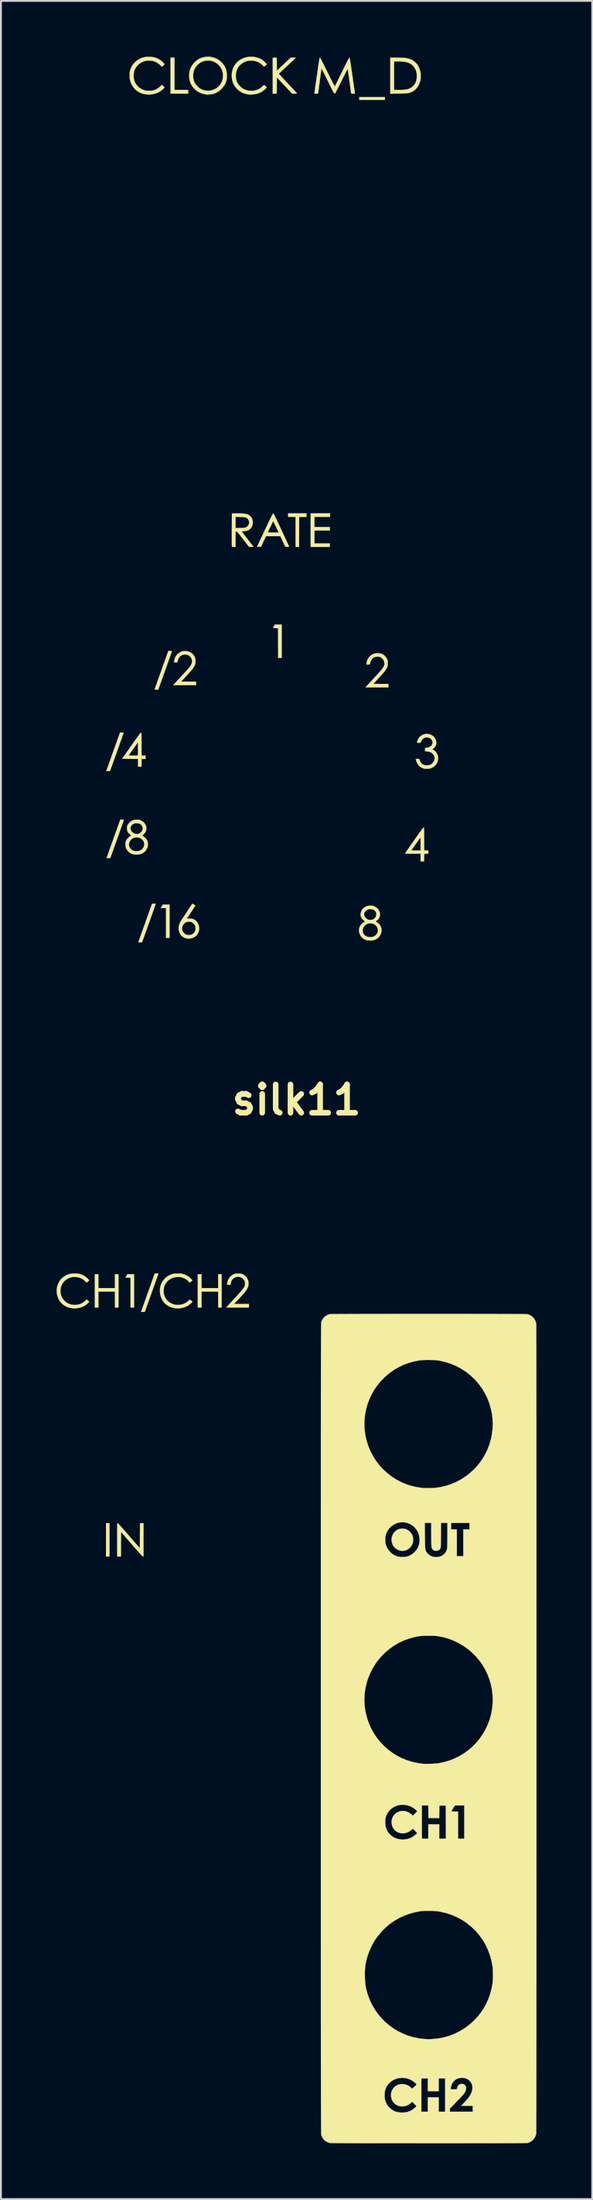
<source format=kicad_pcb>
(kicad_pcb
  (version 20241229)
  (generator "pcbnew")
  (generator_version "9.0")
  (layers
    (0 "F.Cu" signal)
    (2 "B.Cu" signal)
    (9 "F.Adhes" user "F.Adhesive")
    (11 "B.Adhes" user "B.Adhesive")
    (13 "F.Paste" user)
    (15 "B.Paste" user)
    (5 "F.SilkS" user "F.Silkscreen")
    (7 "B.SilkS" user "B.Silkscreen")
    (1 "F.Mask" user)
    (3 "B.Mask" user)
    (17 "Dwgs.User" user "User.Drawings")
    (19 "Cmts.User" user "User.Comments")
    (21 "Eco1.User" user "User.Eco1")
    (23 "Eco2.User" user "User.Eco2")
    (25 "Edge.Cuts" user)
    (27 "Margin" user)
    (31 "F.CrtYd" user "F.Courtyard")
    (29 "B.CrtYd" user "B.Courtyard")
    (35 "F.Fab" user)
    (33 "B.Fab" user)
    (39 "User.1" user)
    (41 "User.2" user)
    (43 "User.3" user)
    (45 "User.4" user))
  (footprint "silk11"
    (layer "F.Cu")
    (at 12.93 56.188)
    (property "Reference" "silk11" (at 0 0 0) (layer "F.SilkS") (effects (font (size 1.524 1.524) (thickness 0.3))))
    (attr through_hole)
    (fp_poly (pts (xy -10.08 24.585) (xy -10.267 24.585) (xy -10.267 22.793) (xy -10.08 22.793) (xy -10.08 24.585)) (stroke (width 0.01) (type solid)) (fill yes) (layer "F.SilkS"))
    (fp_poly (pts (xy 4.759 -53.861) (xy 3.382 -53.861) (xy 3.382 -54.008) (xy 4.759 -54.008) (xy 4.759 -53.861)) (stroke (width 0.01) (type solid)) (fill yes) (layer "F.SilkS"))
    (fp_poly (pts (xy -6.577 -54.396) (xy -5.842 -54.396) (xy -5.842 -54.196) (xy -6.791 -54.196) (xy -6.791 -56.134) (xy -6.577 -56.134) (xy -6.577 -54.396)) (stroke (width 0.01) (type solid)) (fill yes) (layer "F.SilkS"))
    (fp_poly (pts (xy -8.756 11.176) (xy -8.943 11.176) (xy -8.943 9.573) (xy -9.083 9.569) (xy -9.222 9.565) (xy -9.168 9.475) (xy -9.114 9.385) (xy -8.756 9.385) (xy -8.756 11.176)) (stroke (width 0.01) (type solid)) (fill yes) (layer "F.SilkS"))
    (fp_poly (pts (xy 0.535 -31.403) (xy 0.338 -31.399) (xy 0.14 -31.396) (xy 0.137 -30.59) (xy 0.133 -29.785) (xy -0.053 -29.785) (xy -0.053 -31.402) (xy -0.455 -31.402) (xy -0.455 -31.59) (xy 0.535 -31.59) (xy 0.535 -31.403)) (stroke (width 0.01) (type solid)) (fill yes) (layer "F.SilkS"))
    (fp_poly (pts (xy -10.681 10.133) (xy -9.786 10.133) (xy -9.786 9.385) (xy -9.599 9.385) (xy -9.599 11.176) (xy -9.786 11.176) (xy -9.786 10.32) (xy -10.681 10.32) (xy -10.681 11.176) (xy -10.869 11.176) (xy -10.869 9.385) (xy -10.681 9.385) (xy -10.681 10.133)) (stroke (width 0.01) (type solid)) (fill yes) (layer "F.SilkS"))
    (fp_poly (pts (xy -5.12 10.133) (xy -4.224 10.133) (xy -4.224 9.385) (xy -4.037 9.385) (xy -4.037 11.176) (xy -4.224 11.176) (xy -4.224 10.32) (xy -5.12 10.32) (xy -5.12 11.176) (xy -5.321 11.176) (xy -5.321 9.385) (xy -5.12 9.385) (xy -5.12 10.133)) (stroke (width 0.01) (type solid)) (fill yes) (layer "F.SilkS"))
    (fp_poly (pts (xy 1.805 -31.402) (xy 0.963 -31.402) (xy 0.963 -30.854) (xy 1.791 -30.854) (xy 1.791 -30.667) (xy 0.963 -30.667) (xy 0.963 -29.972) (xy 1.791 -29.972) (xy 1.791 -29.785) (xy 0.762 -29.785) (xy 0.762 -31.59) (xy 1.805 -31.59) (xy 1.805 -31.402)) (stroke (width 0.01) (type solid)) (fill yes) (layer "F.SilkS"))
    (fp_poly (pts (xy -6.845 -8.73) (xy -7.032 -8.73) (xy -7.032 -10.334) (xy -7.172 -10.334) (xy -7.23 -10.334) (xy -7.276 -10.336) (xy -7.305 -10.339) (xy -7.313 -10.341) (xy -7.306 -10.355) (xy -7.288 -10.385) (xy -7.263 -10.426) (xy -7.258 -10.434) (xy -7.203 -10.521) (xy -6.845 -10.521) (xy -6.845 -8.73)) (stroke (width 0.01) (type solid)) (fill yes) (layer "F.SilkS"))
    (fp_poly (pts (xy -0.802 -23.809) (xy -0.989 -23.809) (xy -0.993 -24.608) (xy -0.996 -25.407) (xy -1.134 -25.411) (xy -1.199 -25.412) (xy -1.24 -25.416) (xy -1.26 -25.426) (xy -1.259 -25.445) (xy -1.242 -25.477) (xy -1.211 -25.526) (xy -1.21 -25.527) (xy -1.163 -25.601) (xy -0.802 -25.601) (xy -0.802 -23.809)) (stroke (width 0.01) (type solid)) (fill yes) (layer "F.SilkS"))
    (fp_poly (pts (xy -9.368 -19.784) (xy -9.333 -19.781) (xy -9.318 -19.776) (xy -9.318 -19.775) (xy -9.322 -19.761) (xy -9.335 -19.724) (xy -9.355 -19.666) (xy -9.383 -19.588) (xy -9.417 -19.492) (xy -9.456 -19.381) (xy -9.501 -19.256) (xy -9.549 -19.119) (xy -9.602 -18.972) (xy -9.657 -18.817) (xy -9.684 -18.743) (xy -10.05 -17.72) (xy -10.254 -17.712) (xy -10.209 -17.836) (xy -10.197 -17.869) (xy -10.177 -17.926) (xy -10.149 -18.002) (xy -10.115 -18.097) (xy -10.076 -18.207) (xy -10.032 -18.331) (xy -9.984 -18.466) (xy -9.932 -18.609) (xy -9.879 -18.759) (xy -9.838 -18.873) (xy -9.513 -19.785) (xy -9.415 -19.785) (xy -9.368 -19.784)) (stroke (width 0.01) (type solid)) (fill yes) (layer "F.SilkS"))
    (fp_poly (pts (xy -9.355 -15.092) (xy -9.321 -15.088) (xy -9.305 -15.084) (xy -9.305 -15.083) (xy -9.309 -15.069) (xy -9.322 -15.032) (xy -9.343 -14.973) (xy -9.37 -14.895) (xy -9.404 -14.8) (xy -9.444 -14.689) (xy -9.488 -14.563) (xy -9.537 -14.426) (xy -9.589 -14.279) (xy -9.645 -14.124) (xy -9.671 -14.05) (xy -10.037 -13.028) (xy -10.24 -13.02) (xy -10.186 -13.171) (xy -10.173 -13.209) (xy -10.151 -13.27) (xy -10.122 -13.351) (xy -10.087 -13.45) (xy -10.046 -13.564) (xy -10.001 -13.691) (xy -9.952 -13.828) (xy -9.9 -13.972) (xy -9.847 -14.122) (xy -9.816 -14.207) (xy -9.5 -15.093) (xy -9.402 -15.093) (xy -9.355 -15.092)) (stroke (width 0.01) (type solid)) (fill yes) (layer "F.SilkS"))
    (fp_poly (pts (xy -7.606 -10.569) (xy -7.594 -10.561) (xy -7.593 -10.558) (xy -7.598 -10.543) (xy -7.61 -10.505) (xy -7.631 -10.445) (xy -7.658 -10.366) (xy -7.692 -10.27) (xy -7.732 -10.158) (xy -7.776 -10.032) (xy -7.825 -9.894) (xy -7.878 -9.747) (xy -7.933 -9.591) (xy -7.959 -9.518) (xy -8.325 -8.496) (xy -8.427 -8.492) (xy -8.528 -8.488) (xy -8.475 -8.639) (xy -8.461 -8.677) (xy -8.439 -8.738) (xy -8.41 -8.819) (xy -8.375 -8.918) (xy -8.334 -9.032) (xy -8.289 -9.159) (xy -8.24 -9.296) (xy -8.188 -9.44) (xy -8.135 -9.591) (xy -8.103 -9.679) (xy -7.786 -10.568) (xy -7.689 -10.572) (xy -7.636 -10.572) (xy -7.606 -10.569)) (stroke (width 0.01) (type solid)) (fill yes) (layer "F.SilkS"))
    (fp_poly (pts (xy -7.496 9.346) (xy -7.462 9.349) (xy -7.446 9.354) (xy -7.446 9.355) (xy -7.451 9.368) (xy -7.463 9.406) (xy -7.484 9.464) (xy -7.511 9.542) (xy -7.545 9.638) (xy -7.584 9.749) (xy -7.629 9.874) (xy -7.678 10.011) (xy -7.73 10.158) (xy -7.786 10.313) (xy -7.812 10.387) (xy -8.178 11.41) (xy -8.28 11.414) (xy -8.382 11.418) (xy -8.337 11.294) (xy -8.325 11.26) (xy -8.305 11.204) (xy -8.278 11.128) (xy -8.244 11.033) (xy -8.204 10.923) (xy -8.16 10.799) (xy -8.112 10.664) (xy -8.061 10.52) (xy -8.007 10.371) (xy -7.967 10.257) (xy -7.641 9.345) (xy -7.544 9.345) (xy -7.496 9.346)) (stroke (width 0.01) (type solid)) (fill yes) (layer "F.SilkS"))
    (fp_poly (pts (xy 5.855 23.102) (xy 5.965 23.146) (xy 6.066 23.215) (xy 6.094 23.24) (xy 6.177 23.334) (xy 6.234 23.434) (xy 6.269 23.545) (xy 6.281 23.668) (xy 6.28 23.724) (xy 6.275 23.79) (xy 6.267 23.841) (xy 6.252 23.888) (xy 6.229 23.941) (xy 6.227 23.946) (xy 6.162 24.053) (xy 6.079 24.143) (xy 5.981 24.212) (xy 5.87 24.26) (xy 5.794 24.277) (xy 5.747 24.285) (xy 5.713 24.288) (xy 5.681 24.287) (xy 5.64 24.281) (xy 5.604 24.275) (xy 5.509 24.249) (xy 5.415 24.202) (xy 5.327 24.14) (xy 5.252 24.067) (xy 5.197 23.989) (xy 5.192 23.98) (xy 5.146 23.862) (xy 5.123 23.743) (xy 5.123 23.626) (xy 5.144 23.512) (xy 5.185 23.406) (xy 5.244 23.31) (xy 5.32 23.227) (xy 5.412 23.16) (xy 5.518 23.112) (xy 5.615 23.088) (xy 5.737 23.082) (xy 5.855 23.102)) (stroke (width 0.01) (type solid)) (fill yes) (layer "F.SilkS"))
    (fp_poly (pts (xy -8.248 24.585) (xy -8.278 24.584) (xy -8.289 24.579) (xy -8.308 24.563) (xy -8.336 24.536) (xy -8.375 24.496) (xy -8.425 24.442) (xy -8.488 24.373) (xy -8.563 24.288) (xy -8.653 24.186) (xy -8.759 24.066) (xy -8.88 23.927) (xy -8.883 23.923) (xy -9.458 23.262) (xy -9.462 23.924) (xy -9.465 24.585) (xy -9.665 24.585) (xy -9.665 23.689) (xy -9.665 23.512) (xy -9.665 23.36) (xy -9.665 23.232) (xy -9.665 23.124) (xy -9.664 23.035) (xy -9.663 22.964) (xy -9.662 22.909) (xy -9.66 22.866) (xy -9.658 22.836) (xy -9.655 22.815) (xy -9.652 22.803) (xy -9.648 22.796) (xy -9.644 22.793) (xy -9.641 22.793) (xy -9.626 22.803) (xy -9.595 22.834) (xy -9.548 22.884) (xy -9.484 22.953) (xy -9.405 23.041) (xy -9.311 23.147) (xy -9.201 23.272) (xy -9.078 23.414) (xy -9.029 23.47) (xy -8.442 24.146) (xy -8.439 23.47) (xy -8.435 22.793) (xy -8.248 22.793) (xy -8.248 24.585)) (stroke (width 0.01) (type solid)) (fill yes) (layer "F.SilkS"))
    (fp_poly (pts (xy -6.843 -24.182) (xy -6.813 -24.181) (xy -6.762 -24.177) (xy -6.733 -24.172) (xy -6.722 -24.164) (xy -6.721 -24.157) (xy -6.726 -24.141) (xy -6.74 -24.103) (xy -6.761 -24.043) (xy -6.789 -23.963) (xy -6.823 -23.866) (xy -6.863 -23.754) (xy -6.907 -23.628) (xy -6.956 -23.49) (xy -7.009 -23.342) (xy -7.064 -23.187) (xy -7.089 -23.117) (xy -7.453 -22.098) (xy -7.551 -22.098) (xy -7.602 -22.099) (xy -7.631 -22.102) (xy -7.643 -22.108) (xy -7.644 -22.119) (xy -7.644 -22.121) (xy -7.638 -22.137) (xy -7.624 -22.177) (xy -7.603 -22.237) (xy -7.575 -22.317) (xy -7.54 -22.414) (xy -7.5 -22.526) (xy -7.456 -22.652) (xy -7.407 -22.789) (xy -7.354 -22.936) (xy -7.299 -23.09) (xy -7.286 -23.127) (xy -7.23 -23.283) (xy -7.177 -23.433) (xy -7.127 -23.573) (xy -7.08 -23.703) (xy -7.038 -23.82) (xy -7.002 -23.923) (xy -6.971 -24.008) (xy -6.947 -24.075) (xy -6.931 -24.122) (xy -6.922 -24.145) (xy -6.922 -24.147) (xy -6.914 -24.167) (xy -6.902 -24.177) (xy -6.881 -24.182) (xy -6.843 -24.182)) (stroke (width 0.01) (type solid)) (fill yes) (layer "F.SilkS"))
    (fp_poly (pts (xy -1.066 -55.782) (xy -1.063 -55.429) (xy -0.314 -56.134) (xy -0.174 -56.134) (xy -0.034 -56.134) (xy -0.08 -56.089) (xy -0.1 -56.07) (xy -0.137 -56.035) (xy -0.189 -55.987) (xy -0.253 -55.927) (xy -0.328 -55.857) (xy -0.41 -55.78) (xy -0.498 -55.698) (xy -0.537 -55.661) (xy -0.625 -55.579) (xy -0.707 -55.503) (xy -0.78 -55.434) (xy -0.843 -55.375) (xy -0.894 -55.326) (xy -0.93 -55.292) (xy -0.95 -55.272) (xy -0.954 -55.269) (xy -0.946 -55.257) (xy -0.921 -55.228) (xy -0.882 -55.183) (xy -0.829 -55.125) (xy -0.764 -55.054) (xy -0.689 -54.973) (xy -0.606 -54.883) (xy -0.516 -54.786) (xy -0.466 -54.734) (xy -0.373 -54.635) (xy -0.286 -54.541) (xy -0.206 -54.456) (xy -0.135 -54.38) (xy -0.075 -54.315) (xy -0.027 -54.263) (xy 0.007 -54.226) (xy 0.024 -54.206) (xy 0.027 -54.203) (xy 0.014 -54.2) (xy -0.019 -54.197) (xy -0.068 -54.196) (xy -0.105 -54.196) (xy -0.237 -54.196) (xy -0.65 -54.634) (xy -1.063 -55.072) (xy -1.066 -54.634) (xy -1.07 -54.196) (xy -1.283 -54.196) (xy -1.283 -56.134) (xy -1.07 -56.134) (xy -1.066 -55.782)) (stroke (width 0.01) (type solid)) (fill yes) (layer "F.SilkS"))
    (fp_poly (pts (xy -8.375 -19.785) (xy -8.37 -19.781) (xy -8.366 -19.772) (xy -8.363 -19.755) (xy -8.36 -19.729) (xy -8.358 -19.691) (xy -8.357 -19.638) (xy -8.356 -19.569) (xy -8.356 -19.481) (xy -8.355 -19.372) (xy -8.355 -19.24) (xy -8.355 -19.164) (xy -8.355 -18.542) (xy -8.141 -18.542) (xy -8.141 -18.368) (xy -8.355 -18.368) (xy -8.355 -17.954) (xy -8.542 -17.954) (xy -8.542 -18.368) (xy -8.971 -18.371) (xy -9.399 -18.375) (xy -9.274 -18.553) (xy -9.048 -18.553) (xy -9.037 -18.55) (xy -9.003 -18.547) (xy -8.95 -18.544) (xy -8.883 -18.543) (xy -8.806 -18.542) (xy -8.804 -18.542) (xy -8.711 -18.542) (xy -8.641 -18.544) (xy -8.593 -18.547) (xy -8.564 -18.551) (xy -8.55 -18.557) (xy -8.548 -18.559) (xy -8.547 -18.576) (xy -8.546 -18.617) (xy -8.545 -18.677) (xy -8.545 -18.752) (xy -8.545 -18.839) (xy -8.546 -18.921) (xy -8.549 -19.265) (xy -8.796 -18.915) (xy -8.857 -18.829) (xy -8.912 -18.75) (xy -8.96 -18.681) (xy -9 -18.624) (xy -9.029 -18.582) (xy -9.045 -18.558) (xy -9.048 -18.553) (xy -9.274 -18.553) (xy -8.903 -19.08) (xy -8.795 -19.233) (xy -8.702 -19.365) (xy -8.621 -19.477) (xy -8.554 -19.57) (xy -8.499 -19.645) (xy -8.455 -19.703) (xy -8.422 -19.745) (xy -8.399 -19.771) (xy -8.385 -19.784) (xy -8.381 -19.785) (xy -8.375 -19.785)) (stroke (width 0.01) (type solid)) (fill yes) (layer "F.SilkS"))
    (fp_poly (pts (xy -5.841 -24.157) (xy -5.732 -24.113) (xy -5.634 -24.046) (xy -5.585 -23.998) (xy -5.525 -23.924) (xy -5.484 -23.852) (xy -5.46 -23.772) (xy -5.45 -23.678) (xy -5.449 -23.635) (xy -5.451 -23.577) (xy -5.456 -23.522) (xy -5.466 -23.47) (xy -5.483 -23.419) (xy -5.508 -23.365) (xy -5.542 -23.307) (xy -5.587 -23.242) (xy -5.643 -23.169) (xy -5.714 -23.086) (xy -5.798 -22.99) (xy -5.899 -22.88) (xy -6.017 -22.753) (xy -6.223 -22.532) (xy -5.818 -22.529) (xy -5.414 -22.525) (xy -5.414 -22.339) (xy -6.649 -22.339) (xy -6.608 -22.382) (xy -6.557 -22.437) (xy -6.495 -22.503) (xy -6.425 -22.579) (xy -6.349 -22.661) (xy -6.27 -22.747) (xy -6.189 -22.835) (xy -6.11 -22.922) (xy -6.035 -23.004) (xy -5.966 -23.08) (xy -5.905 -23.147) (xy -5.856 -23.202) (xy -5.82 -23.242) (xy -5.8 -23.265) (xy -5.726 -23.362) (xy -5.674 -23.451) (xy -5.642 -23.535) (xy -5.63 -23.617) (xy -5.632 -23.672) (xy -5.654 -23.761) (xy -5.695 -23.838) (xy -5.754 -23.901) (xy -5.826 -23.949) (xy -5.906 -23.98) (xy -5.992 -23.994) (xy -6.08 -23.989) (xy -6.165 -23.963) (xy -6.245 -23.916) (xy -6.271 -23.894) (xy -6.333 -23.823) (xy -6.377 -23.744) (xy -6.405 -23.648) (xy -6.405 -23.645) (xy -6.421 -23.569) (xy -6.603 -23.569) (xy -6.595 -23.632) (xy -6.566 -23.762) (xy -6.517 -23.877) (xy -6.448 -23.976) (xy -6.362 -24.058) (xy -6.26 -24.119) (xy -6.144 -24.159) (xy -6.088 -24.169) (xy -5.96 -24.176) (xy -5.841 -24.157)) (stroke (width 0.01) (type solid)) (fill yes) (layer "F.SilkS"))
    (fp_poly (pts (xy 5.451 -56.13) (xy 5.573 -56.128) (xy 5.672 -56.125) (xy 5.751 -56.122) (xy 5.816 -56.118) (xy 5.869 -56.113) (xy 5.915 -56.107) (xy 5.957 -56.099) (xy 5.973 -56.096) (xy 6.126 -56.05) (xy 6.262 -55.984) (xy 6.382 -55.896) (xy 6.484 -55.79) (xy 6.567 -55.664) (xy 6.631 -55.52) (xy 6.659 -55.431) (xy 6.677 -55.338) (xy 6.687 -55.229) (xy 6.689 -55.113) (xy 6.683 -55) (xy 6.669 -54.9) (xy 6.66 -54.86) (xy 6.612 -54.724) (xy 6.546 -54.598) (xy 6.465 -54.486) (xy 6.371 -54.392) (xy 6.267 -54.319) (xy 6.229 -54.299) (xy 6.176 -54.275) (xy 6.128 -54.255) (xy 6.079 -54.24) (xy 6.027 -54.227) (xy 5.968 -54.218) (xy 5.899 -54.211) (xy 5.816 -54.206) (xy 5.715 -54.203) (xy 5.594 -54.2) (xy 5.491 -54.199) (xy 5.053 -54.193) (xy 5.053 -54.396) (xy 5.254 -54.396) (xy 5.511 -54.396) (xy 5.614 -54.397) (xy 5.712 -54.401) (xy 5.8 -54.406) (xy 5.87 -54.412) (xy 5.892 -54.415) (xy 6.028 -54.447) (xy 6.15 -54.502) (xy 6.255 -54.576) (xy 6.342 -54.671) (xy 6.411 -54.784) (xy 6.451 -54.887) (xy 6.467 -54.954) (xy 6.476 -55.039) (xy 6.48 -55.132) (xy 6.478 -55.224) (xy 6.47 -55.306) (xy 6.465 -55.332) (xy 6.424 -55.468) (xy 6.362 -55.589) (xy 6.28 -55.693) (xy 6.18 -55.779) (xy 6.063 -55.845) (xy 5.943 -55.886) (xy 5.866 -55.902) (xy 5.769 -55.915) (xy 5.658 -55.925) (xy 5.539 -55.931) (xy 5.418 -55.933) (xy 5.418 -55.933) (xy 5.254 -55.933) (xy 5.254 -54.396) (xy 5.053 -54.396) (xy 5.053 -56.137) (xy 5.451 -56.13)) (stroke (width 0.01) (type solid)) (fill yes) (layer "F.SilkS"))
    (fp_poly (pts (xy 6.853 -14.677) (xy 6.858 -14.671) (xy 6.862 -14.659) (xy 6.865 -14.638) (xy 6.867 -14.606) (xy 6.869 -14.561) (xy 6.871 -14.5) (xy 6.872 -14.421) (xy 6.873 -14.323) (xy 6.874 -14.202) (xy 6.875 -14.06) (xy 6.878 -13.442) (xy 6.988 -13.438) (xy 7.099 -13.434) (xy 7.099 -13.263) (xy 6.988 -13.259) (xy 6.878 -13.255) (xy 6.874 -13.051) (xy 6.871 -12.847) (xy 6.684 -12.847) (xy 6.684 -13.261) (xy 6.262 -13.261) (xy 6.14 -13.262) (xy 6.037 -13.263) (xy 5.955 -13.265) (xy 5.894 -13.267) (xy 5.857 -13.27) (xy 5.844 -13.274) (xy 5.844 -13.274) (xy 5.852 -13.287) (xy 5.875 -13.32) (xy 5.91 -13.371) (xy 5.957 -13.438) (xy 5.966 -13.452) (xy 6.193 -13.452) (xy 6.197 -13.446) (xy 6.214 -13.441) (xy 6.248 -13.438) (xy 6.301 -13.436) (xy 6.377 -13.435) (xy 6.435 -13.435) (xy 6.684 -13.435) (xy 6.684 -13.792) (xy 6.684 -13.895) (xy 6.683 -13.982) (xy 6.681 -14.053) (xy 6.678 -14.103) (xy 6.675 -14.131) (xy 6.672 -14.136) (xy 6.66 -14.121) (xy 6.636 -14.087) (xy 6.601 -14.038) (xy 6.558 -13.978) (xy 6.509 -13.909) (xy 6.457 -13.835) (xy 6.404 -13.759) (xy 6.352 -13.685) (xy 6.304 -13.616) (xy 6.262 -13.555) (xy 6.228 -13.505) (xy 6.204 -13.47) (xy 6.193 -13.453) (xy 6.193 -13.452) (xy 5.966 -13.452) (xy 6.013 -13.52) (xy 6.079 -13.614) (xy 6.152 -13.718) (xy 6.231 -13.832) (xy 6.315 -13.952) (xy 6.337 -13.982) (xy 6.45 -14.143) (xy 6.549 -14.282) (xy 6.634 -14.402) (xy 6.706 -14.5) (xy 6.763 -14.577) (xy 6.806 -14.632) (xy 6.834 -14.666) (xy 6.848 -14.678) (xy 6.848 -14.678) (xy 6.853 -14.677)) (stroke (width 0.01) (type solid)) (fill yes) (layer "F.SilkS"))
    (fp_poly (pts (xy -3.071 9.352) (xy -3.02 9.353) (xy -2.983 9.358) (xy -2.951 9.366) (xy -2.919 9.379) (xy -2.885 9.395) (xy -2.787 9.457) (xy -2.707 9.538) (xy -2.646 9.633) (xy -2.605 9.74) (xy -2.588 9.854) (xy -2.594 9.969) (xy -2.605 10.024) (xy -2.621 10.077) (xy -2.644 10.131) (xy -2.675 10.189) (xy -2.716 10.251) (xy -2.768 10.322) (xy -2.834 10.402) (xy -2.913 10.494) (xy -3.009 10.6) (xy -3.123 10.722) (xy -3.125 10.725) (xy -3.371 10.989) (xy -2.567 10.989) (xy -2.567 11.176) (xy -3.788 11.176) (xy -3.761 11.146) (xy -3.746 11.129) (xy -3.715 11.096) (xy -3.671 11.047) (xy -3.615 10.986) (xy -3.549 10.915) (xy -3.477 10.837) (xy -3.401 10.755) (xy -3.278 10.622) (xy -3.173 10.508) (xy -3.084 10.409) (xy -3.009 10.324) (xy -2.947 10.252) (xy -2.897 10.19) (xy -2.858 10.137) (xy -2.828 10.091) (xy -2.807 10.05) (xy -2.792 10.013) (xy -2.783 9.977) (xy -2.778 9.942) (xy -2.776 9.904) (xy -2.775 9.888) (xy -2.777 9.832) (xy -2.783 9.791) (xy -2.798 9.752) (xy -2.816 9.719) (xy -2.874 9.64) (xy -2.945 9.581) (xy -3.027 9.543) (xy -3.114 9.524) (xy -3.203 9.524) (xy -3.29 9.545) (xy -3.371 9.585) (xy -3.441 9.644) (xy -3.498 9.723) (xy -3.503 9.733) (xy -3.521 9.777) (xy -3.538 9.832) (xy -3.547 9.87) (xy -3.564 9.953) (xy -3.647 9.957) (xy -3.696 9.957) (xy -3.726 9.95) (xy -3.74 9.931) (xy -3.74 9.895) (xy -3.731 9.838) (xy -3.731 9.835) (xy -3.696 9.715) (xy -3.639 9.606) (xy -3.563 9.511) (xy -3.47 9.434) (xy -3.399 9.394) (xy -3.36 9.376) (xy -3.327 9.364) (xy -3.295 9.357) (xy -3.255 9.353) (xy -3.2 9.351) (xy -3.141 9.351) (xy -3.071 9.352)) (stroke (width 0.01) (type solid)) (fill yes) (layer "F.SilkS"))
    (fp_poly (pts (xy -11.823 9.35) (xy -11.705 9.368) (xy -11.597 9.399) (xy -11.493 9.446) (xy -11.403 9.499) (xy -11.361 9.529) (xy -11.314 9.567) (xy -11.268 9.609) (xy -11.226 9.65) (xy -11.195 9.685) (xy -11.178 9.71) (xy -11.176 9.716) (xy -11.186 9.73) (xy -11.211 9.755) (xy -11.245 9.782) (xy -11.314 9.836) (xy -11.397 9.753) (xy -11.506 9.663) (xy -11.627 9.596) (xy -11.76 9.552) (xy -11.905 9.533) (xy -11.947 9.532) (xy -12.056 9.537) (xy -12.152 9.553) (xy -12.245 9.584) (xy -12.292 9.605) (xy -12.415 9.675) (xy -12.519 9.765) (xy -12.604 9.87) (xy -12.667 9.991) (xy -12.708 10.123) (xy -12.722 10.224) (xy -12.721 10.368) (xy -12.694 10.505) (xy -12.643 10.633) (xy -12.568 10.749) (xy -12.503 10.822) (xy -12.395 10.912) (xy -12.273 10.978) (xy -12.14 11.02) (xy -11.995 11.039) (xy -11.898 11.038) (xy -11.758 11.02) (xy -11.63 10.98) (xy -11.512 10.916) (xy -11.399 10.828) (xy -11.392 10.822) (xy -11.313 10.748) (xy -11.244 10.803) (xy -11.209 10.832) (xy -11.185 10.855) (xy -11.176 10.867) (xy -11.186 10.883) (xy -11.212 10.911) (xy -11.249 10.947) (xy -11.292 10.986) (xy -11.338 11.024) (xy -11.379 11.056) (xy -11.403 11.072) (xy -11.542 11.143) (xy -11.694 11.192) (xy -11.855 11.219) (xy -12.02 11.223) (xy -12.108 11.215) (xy -12.264 11.184) (xy -12.406 11.13) (xy -12.535 11.055) (xy -12.648 10.961) (xy -12.743 10.851) (xy -12.82 10.726) (xy -12.877 10.587) (xy -12.913 10.437) (xy -12.925 10.278) (xy -12.923 10.206) (xy -12.9 10.052) (xy -12.853 9.907) (xy -12.783 9.773) (xy -12.692 9.653) (xy -12.581 9.549) (xy -12.452 9.463) (xy -12.432 9.452) (xy -12.326 9.404) (xy -12.222 9.371) (xy -12.11 9.352) (xy -11.984 9.345) (xy -11.959 9.345) (xy -11.823 9.35)) (stroke (width 0.01) (type solid)) (fill yes) (layer "F.SilkS"))
    (fp_poly (pts (xy -6.225 9.354) (xy -6.136 9.37) (xy -6.05 9.396) (xy -5.96 9.435) (xy -5.937 9.446) (xy -5.858 9.488) (xy -5.793 9.533) (xy -5.729 9.59) (xy -5.713 9.605) (xy -5.672 9.646) (xy -5.64 9.682) (xy -5.619 9.707) (xy -5.615 9.715) (xy -5.625 9.73) (xy -5.651 9.754) (xy -5.685 9.782) (xy -5.756 9.836) (xy -5.841 9.75) (xy -5.915 9.684) (xy -5.994 9.633) (xy -6.035 9.612) (xy -6.126 9.573) (xy -6.21 9.548) (xy -6.299 9.535) (xy -6.399 9.532) (xy -6.541 9.544) (xy -6.675 9.58) (xy -6.798 9.638) (xy -6.908 9.715) (xy -7.002 9.811) (xy -7.078 9.923) (xy -7.128 10.036) (xy -7.146 10.11) (xy -7.157 10.2) (xy -7.161 10.297) (xy -7.157 10.391) (xy -7.146 10.475) (xy -7.134 10.521) (xy -7.077 10.649) (xy -7 10.761) (xy -6.906 10.856) (xy -6.797 10.934) (xy -6.676 10.991) (xy -6.545 11.028) (xy -6.408 11.042) (xy -6.267 11.033) (xy -6.184 11.016) (xy -6.062 10.975) (xy -5.953 10.917) (xy -5.848 10.836) (xy -5.84 10.829) (xy -5.753 10.751) (xy -5.684 10.803) (xy -5.649 10.832) (xy -5.624 10.855) (xy -5.615 10.868) (xy -5.624 10.881) (xy -5.648 10.908) (xy -5.684 10.944) (xy -5.705 10.964) (xy -5.822 11.056) (xy -5.955 11.13) (xy -6.101 11.183) (xy -6.257 11.214) (xy -6.418 11.224) (xy -6.545 11.216) (xy -6.702 11.184) (xy -6.847 11.129) (xy -6.977 11.054) (xy -7.091 10.96) (xy -7.187 10.848) (xy -7.264 10.721) (xy -7.32 10.579) (xy -7.354 10.425) (xy -7.362 10.333) (xy -7.359 10.17) (xy -7.333 10.018) (xy -7.283 9.879) (xy -7.208 9.75) (xy -7.125 9.648) (xy -7.005 9.538) (xy -6.872 9.451) (xy -6.731 9.39) (xy -6.68 9.374) (xy -6.633 9.363) (xy -6.582 9.355) (xy -6.52 9.351) (xy -6.444 9.348) (xy -6.325 9.347) (xy -6.225 9.354)) (stroke (width 0.01) (type solid)) (fill yes) (layer "F.SilkS"))
    (fp_poly (pts (xy -1.253 -31.585) (xy -1.244 -31.575) (xy -1.232 -31.556) (xy -1.215 -31.528) (xy -1.193 -31.487) (xy -1.166 -31.433) (xy -1.132 -31.364) (xy -1.091 -31.279) (xy -1.042 -31.175) (xy -0.984 -31.053) (xy -0.917 -30.91) (xy -0.839 -30.744) (xy -0.818 -30.698) (xy -0.75 -30.553) (xy -0.686 -30.415) (xy -0.626 -30.286) (xy -0.571 -30.168) (xy -0.523 -30.062) (xy -0.481 -29.972) (xy -0.447 -29.898) (xy -0.422 -29.842) (xy -0.406 -29.807) (xy -0.401 -29.794) (xy -0.413 -29.79) (xy -0.446 -29.787) (xy -0.492 -29.787) (xy -0.501 -29.788) (xy -0.602 -29.792) (xy -0.74 -30.079) (xy -0.878 -30.366) (xy -1.645 -30.366) (xy -1.919 -29.792) (xy -2.024 -29.788) (xy -2.076 -29.786) (xy -2.106 -29.787) (xy -2.12 -29.792) (xy -2.122 -29.802) (xy -2.12 -29.808) (xy -2.113 -29.823) (xy -2.096 -29.861) (xy -2.069 -29.92) (xy -2.033 -29.996) (xy -1.99 -30.089) (xy -1.94 -30.196) (xy -1.884 -30.315) (xy -1.822 -30.445) (xy -1.76 -30.577) (xy -1.547 -30.577) (xy -1.543 -30.571) (xy -1.527 -30.567) (xy -1.494 -30.564) (xy -1.443 -30.562) (xy -1.371 -30.561) (xy -1.274 -30.56) (xy -1.259 -30.56) (xy -0.964 -30.56) (xy -1.022 -30.684) (xy -1.087 -30.823) (xy -1.143 -30.939) (xy -1.187 -31.032) (xy -1.222 -31.103) (xy -1.246 -31.149) (xy -1.259 -31.172) (xy -1.262 -31.174) (xy -1.268 -31.161) (xy -1.284 -31.128) (xy -1.308 -31.079) (xy -1.337 -31.018) (xy -1.371 -30.949) (xy -1.406 -30.876) (xy -1.441 -30.802) (xy -1.474 -30.733) (xy -1.503 -30.671) (xy -1.526 -30.622) (xy -1.541 -30.589) (xy -1.547 -30.577) (xy -1.76 -30.577) (xy -1.757 -30.583) (xy -1.699 -30.707) (xy -1.615 -30.884) (xy -1.541 -31.038) (xy -1.478 -31.171) (xy -1.424 -31.282) (xy -1.379 -31.374) (xy -1.342 -31.448) (xy -1.312 -31.505) (xy -1.29 -31.546) (xy -1.273 -31.572) (xy -1.263 -31.585) (xy -1.26 -31.587) (xy -1.253 -31.585)) (stroke (width 0.01) (type solid)) (fill yes) (layer "F.SilkS"))
    (fp_poly (pts (xy 4.499 -24.049) (xy 4.589 -24.023) (xy 4.671 -23.98) (xy 4.75 -23.917) (xy 4.819 -23.839) (xy 4.869 -23.758) (xy 4.889 -23.717) (xy 4.901 -23.683) (xy 4.908 -23.649) (xy 4.912 -23.606) (xy 4.913 -23.547) (xy 4.913 -23.522) (xy 4.912 -23.456) (xy 4.91 -23.408) (xy 4.904 -23.371) (xy 4.893 -23.337) (xy 4.875 -23.296) (xy 4.865 -23.274) (xy 4.839 -23.224) (xy 4.806 -23.171) (xy 4.764 -23.112) (xy 4.712 -23.045) (xy 4.647 -22.968) (xy 4.568 -22.879) (xy 4.474 -22.775) (xy 4.388 -22.682) (xy 4.323 -22.612) (xy 4.265 -22.549) (xy 4.216 -22.495) (xy 4.178 -22.452) (xy 4.153 -22.424) (xy 4.144 -22.413) (xy 4.157 -22.411) (xy 4.193 -22.409) (xy 4.25 -22.408) (xy 4.323 -22.407) (xy 4.41 -22.406) (xy 4.508 -22.406) (xy 4.545 -22.405) (xy 4.946 -22.405) (xy 4.946 -22.218) (xy 3.712 -22.218) (xy 3.739 -22.248) (xy 3.754 -22.265) (xy 3.785 -22.298) (xy 3.83 -22.347) (xy 3.887 -22.408) (xy 3.953 -22.48) (xy 4.028 -22.561) (xy 4.108 -22.647) (xy 4.138 -22.68) (xy 4.257 -22.809) (xy 4.36 -22.921) (xy 4.447 -23.018) (xy 4.519 -23.1) (xy 4.578 -23.171) (xy 4.625 -23.232) (xy 4.662 -23.284) (xy 4.689 -23.329) (xy 4.708 -23.371) (xy 4.721 -23.409) (xy 4.728 -23.447) (xy 4.732 -23.485) (xy 4.732 -23.519) (xy 4.72 -23.615) (xy 4.683 -23.702) (xy 4.624 -23.775) (xy 4.545 -23.834) (xy 4.508 -23.853) (xy 4.451 -23.868) (xy 4.379 -23.875) (xy 4.303 -23.872) (xy 4.232 -23.861) (xy 4.182 -23.844) (xy 4.108 -23.794) (xy 4.044 -23.724) (xy 3.995 -23.639) (xy 3.964 -23.546) (xy 3.959 -23.518) (xy 3.95 -23.455) (xy 3.77 -23.447) (xy 3.77 -23.498) (xy 3.783 -23.599) (xy 3.818 -23.702) (xy 3.872 -23.8) (xy 3.943 -23.888) (xy 4.025 -23.961) (xy 4.065 -23.987) (xy 4.161 -24.029) (xy 4.27 -24.054) (xy 4.386 -24.061) (xy 4.499 -24.049)) (stroke (width 0.01) (type solid)) (fill yes) (layer "F.SilkS"))
    (fp_poly (pts (xy -2.313 -56.175) (xy -2.189 -56.153) (xy -2.065 -56.117) (xy -1.951 -56.071) (xy -1.888 -56.039) (xy -1.852 -56.014) (xy -1.807 -55.979) (xy -1.757 -55.937) (xy -1.709 -55.893) (xy -1.665 -55.851) (xy -1.63 -55.814) (xy -1.609 -55.788) (xy -1.604 -55.778) (xy -1.614 -55.763) (xy -1.64 -55.738) (xy -1.677 -55.708) (xy -1.678 -55.707) (xy -1.753 -55.651) (xy -1.851 -55.744) (xy -1.965 -55.837) (xy -2.087 -55.905) (xy -2.219 -55.95) (xy -2.363 -55.972) (xy -2.441 -55.975) (xy -2.57 -55.968) (xy -2.684 -55.947) (xy -2.792 -55.908) (xy -2.827 -55.891) (xy -2.956 -55.814) (xy -3.063 -55.72) (xy -3.15 -55.61) (xy -3.214 -55.486) (xy -3.256 -55.349) (xy -3.274 -55.199) (xy -3.275 -55.158) (xy -3.267 -55.018) (xy -3.239 -54.894) (xy -3.191 -54.781) (xy -3.12 -54.675) (xy -3.043 -54.589) (xy -2.979 -54.529) (xy -2.924 -54.484) (xy -2.868 -54.45) (xy -2.834 -54.432) (xy -2.698 -54.381) (xy -2.555 -54.352) (xy -2.408 -54.346) (xy -2.264 -54.361) (xy -2.125 -54.399) (xy -2.007 -54.453) (xy -1.962 -54.482) (xy -1.909 -54.523) (xy -1.857 -54.567) (xy -1.846 -54.577) (xy -1.757 -54.661) (xy -1.681 -54.605) (xy -1.643 -54.576) (xy -1.616 -54.551) (xy -1.605 -54.535) (xy -1.605 -54.534) (xy -1.614 -54.519) (xy -1.639 -54.491) (xy -1.675 -54.454) (xy -1.707 -54.423) (xy -1.804 -54.346) (xy -1.917 -54.276) (xy -2.037 -54.22) (xy -2.155 -54.182) (xy -2.172 -54.178) (xy -2.278 -54.16) (xy -2.396 -54.151) (xy -2.513 -54.15) (xy -2.607 -54.156) (xy -2.769 -54.187) (xy -2.916 -54.24) (xy -3.05 -54.316) (xy -3.174 -54.415) (xy -3.196 -54.436) (xy -3.303 -54.56) (xy -3.387 -54.696) (xy -3.446 -54.843) (xy -3.481 -55.002) (xy -3.492 -55.173) (xy -3.487 -55.287) (xy -3.461 -55.442) (xy -3.411 -55.586) (xy -3.34 -55.718) (xy -3.251 -55.837) (xy -3.143 -55.941) (xy -3.021 -56.028) (xy -2.885 -56.097) (xy -2.738 -56.147) (xy -2.582 -56.176) (xy -2.418 -56.183) (xy -2.313 -56.175)) (stroke (width 0.01) (type solid)) (fill yes) (layer "F.SilkS"))
    (fp_poly (pts (xy -4.627 -56.173) (xy -4.472 -56.139) (xy -4.324 -56.083) (xy -4.188 -56.005) (xy -4.065 -55.907) (xy -3.969 -55.804) (xy -3.882 -55.679) (xy -3.819 -55.549) (xy -3.778 -55.411) (xy -3.757 -55.261) (xy -3.754 -55.165) (xy -3.763 -55.007) (xy -3.79 -54.866) (xy -3.838 -54.737) (xy -3.908 -54.616) (xy -4.002 -54.499) (xy -4.05 -54.449) (xy -4.159 -54.35) (xy -4.269 -54.275) (xy -4.383 -54.219) (xy -4.495 -54.183) (xy -4.565 -54.169) (xy -4.646 -54.158) (xy -4.731 -54.15) (xy -4.808 -54.148) (xy -4.866 -54.151) (xy -5.036 -54.182) (xy -5.191 -54.236) (xy -5.331 -54.312) (xy -5.459 -54.41) (xy -5.53 -54.481) (xy -5.625 -54.6) (xy -5.697 -54.724) (xy -5.747 -54.856) (xy -5.776 -55.002) (xy -5.785 -55.111) (xy -5.784 -55.158) (xy -5.575 -55.158) (xy -5.565 -55.017) (xy -5.537 -54.891) (xy -5.486 -54.776) (xy -5.413 -54.669) (xy -5.347 -54.595) (xy -5.271 -54.523) (xy -5.199 -54.469) (xy -5.126 -54.427) (xy -5.046 -54.395) (xy -4.905 -54.359) (xy -4.76 -54.35) (xy -4.613 -54.366) (xy -4.516 -54.391) (xy -4.417 -54.432) (xy -4.318 -54.488) (xy -4.228 -54.556) (xy -4.155 -54.628) (xy -4.15 -54.634) (xy -4.069 -54.752) (xy -4.011 -54.881) (xy -3.975 -55.015) (xy -3.961 -55.152) (xy -3.97 -55.289) (xy -4.001 -55.422) (xy -4.054 -55.547) (xy -4.13 -55.663) (xy -4.17 -55.71) (xy -4.265 -55.8) (xy -4.365 -55.869) (xy -4.477 -55.923) (xy -4.518 -55.938) (xy -4.58 -55.958) (xy -4.633 -55.97) (xy -4.688 -55.977) (xy -4.757 -55.979) (xy -4.766 -55.979) (xy -4.912 -55.967) (xy -5.047 -55.932) (xy -5.172 -55.873) (xy -5.289 -55.788) (xy -5.342 -55.739) (xy -5.435 -55.63) (xy -5.504 -55.509) (xy -5.55 -55.378) (xy -5.572 -55.233) (xy -5.575 -55.158) (xy -5.784 -55.158) (xy -5.781 -55.28) (xy -5.755 -55.434) (xy -5.707 -55.576) (xy -5.634 -55.709) (xy -5.537 -55.834) (xy -5.488 -55.887) (xy -5.376 -55.986) (xy -5.261 -56.063) (xy -5.137 -56.119) (xy -4.998 -56.158) (xy -4.945 -56.168) (xy -4.785 -56.183) (xy -4.627 -56.173)) (stroke (width 0.01) (type solid)) (fill yes) (layer "F.SilkS"))
    (fp_poly (pts (xy -5.602 -10.562) (xy -5.573 -10.548) (xy -5.536 -10.527) (xy -5.497 -10.502) (xy -5.464 -10.479) (xy -5.456 -10.473) (xy -5.462 -10.461) (xy -5.481 -10.43) (xy -5.511 -10.382) (xy -5.551 -10.319) (xy -5.599 -10.246) (xy -5.654 -10.163) (xy -5.684 -10.117) (xy -5.917 -9.766) (xy -5.769 -9.766) (xy -5.701 -9.765) (xy -5.652 -9.762) (xy -5.614 -9.756) (xy -5.58 -9.745) (xy -5.545 -9.73) (xy -5.45 -9.671) (xy -5.371 -9.593) (xy -5.31 -9.5) (xy -5.268 -9.395) (xy -5.248 -9.283) (xy -5.252 -9.166) (xy -5.253 -9.16) (xy -5.283 -9.042) (xy -5.334 -8.937) (xy -5.405 -8.848) (xy -5.493 -8.778) (xy -5.597 -8.727) (xy -5.713 -8.697) (xy -5.813 -8.69) (xy -5.887 -8.694) (xy -5.955 -8.706) (xy -5.983 -8.714) (xy -6.092 -8.762) (xy -6.18 -8.826) (xy -6.252 -8.908) (xy -6.303 -9) (xy -6.343 -9.117) (xy -6.356 -9.239) (xy -6.353 -9.27) (xy -6.168 -9.27) (xy -6.166 -9.179) (xy -6.145 -9.101) (xy -6.117 -9.051) (xy -6.073 -8.997) (xy -6.022 -8.948) (xy -5.969 -8.91) (xy -5.934 -8.894) (xy -5.859 -8.879) (xy -5.776 -8.879) (xy -5.696 -8.891) (xy -5.648 -8.908) (xy -5.587 -8.946) (xy -5.53 -8.998) (xy -5.484 -9.057) (xy -5.457 -9.115) (xy -5.444 -9.18) (xy -5.442 -9.254) (xy -5.448 -9.326) (xy -5.463 -9.384) (xy -5.466 -9.391) (xy -5.497 -9.441) (xy -5.544 -9.493) (xy -5.598 -9.54) (xy -5.651 -9.575) (xy -5.676 -9.586) (xy -5.719 -9.596) (xy -5.775 -9.603) (xy -5.809 -9.604) (xy -5.901 -9.592) (xy -5.984 -9.558) (xy -6.055 -9.505) (xy -6.111 -9.437) (xy -6.149 -9.358) (xy -6.168 -9.27) (xy -6.353 -9.27) (xy -6.343 -9.364) (xy -6.304 -9.492) (xy -6.246 -9.61) (xy -6.233 -9.632) (xy -6.207 -9.673) (xy -6.171 -9.729) (xy -6.126 -9.797) (xy -6.074 -9.876) (xy -6.018 -9.961) (xy -5.959 -10.05) (xy -5.9 -10.141) (xy -5.841 -10.229) (xy -5.785 -10.314) (xy -5.734 -10.39) (xy -5.69 -10.456) (xy -5.654 -10.509) (xy -5.629 -10.546) (xy -5.617 -10.563) (xy -5.616 -10.564) (xy -5.602 -10.562)) (stroke (width 0.01) (type solid)) (fill yes) (layer "F.SilkS"))
    (fp_poly (pts (xy -2.975 -31.583) (xy -2.855 -31.575) (xy -2.755 -31.563) (xy -2.677 -31.547) (xy -2.646 -31.537) (xy -2.592 -31.512) (xy -2.538 -31.479) (xy -2.514 -31.461) (xy -2.444 -31.384) (xy -2.395 -31.297) (xy -2.365 -31.203) (xy -2.356 -31.105) (xy -2.365 -31.007) (xy -2.393 -30.913) (xy -2.439 -30.828) (xy -2.502 -30.754) (xy -2.582 -30.695) (xy -2.64 -30.668) (xy -2.688 -30.654) (xy -2.751 -30.639) (xy -2.817 -30.628) (xy -2.834 -30.626) (xy -2.955 -30.61) (xy -2.918 -30.562) (xy -2.902 -30.54) (xy -2.87 -30.499) (xy -2.828 -30.443) (xy -2.775 -30.375) (xy -2.715 -30.298) (xy -2.651 -30.214) (xy -2.613 -30.166) (xy -2.548 -30.082) (xy -2.488 -30.004) (xy -2.435 -29.935) (xy -2.392 -29.878) (xy -2.359 -29.834) (xy -2.339 -29.808) (xy -2.335 -29.802) (xy -2.336 -29.793) (xy -2.353 -29.788) (xy -2.391 -29.786) (xy -2.442 -29.786) (xy -2.56 -29.786) (xy -2.879 -30.2) (xy -2.96 -30.304) (xy -3.026 -30.39) (xy -3.08 -30.458) (xy -3.122 -30.51) (xy -3.155 -30.55) (xy -3.18 -30.578) (xy -3.199 -30.596) (xy -3.214 -30.607) (xy -3.227 -30.612) (xy -3.239 -30.614) (xy -3.244 -30.614) (xy -3.289 -30.614) (xy -3.289 -29.785) (xy -3.383 -29.785) (xy -3.442 -29.787) (xy -3.475 -29.795) (xy -3.483 -29.802) (xy -3.484 -29.817) (xy -3.485 -29.858) (xy -3.486 -29.92) (xy -3.486 -30.003) (xy -3.487 -30.103) (xy -3.487 -30.219) (xy -3.487 -30.348) (xy -3.487 -30.488) (xy -3.486 -30.636) (xy -3.486 -30.701) (xy -3.486 -30.798) (xy -3.289 -30.798) (xy -3.045 -30.804) (xy -2.946 -30.807) (xy -2.871 -30.811) (xy -2.814 -30.817) (xy -2.772 -30.824) (xy -2.741 -30.833) (xy -2.667 -30.873) (xy -2.61 -30.93) (xy -2.573 -30.998) (xy -2.555 -31.073) (xy -2.557 -31.15) (xy -2.581 -31.225) (xy -2.626 -31.293) (xy -2.651 -31.318) (xy -2.68 -31.341) (xy -2.711 -31.359) (xy -2.748 -31.373) (xy -2.795 -31.382) (xy -2.857 -31.389) (xy -2.936 -31.394) (xy -3.038 -31.398) (xy -3.045 -31.399) (xy -3.289 -31.406) (xy -3.289 -30.798) (xy -3.486 -30.798) (xy -3.482 -31.583) (xy -3.262 -31.587) (xy -3.111 -31.587) (xy -2.975 -31.583)) (stroke (width 0.01) (type solid)) (fill yes) (layer "F.SilkS"))
    (fp_poly (pts (xy -7.772 -56.167) (xy -7.62 -56.136) (xy -7.481 -56.083) (xy -7.354 -56.009) (xy -7.235 -55.912) (xy -7.222 -55.9) (xy -7.179 -55.856) (xy -7.143 -55.819) (xy -7.12 -55.791) (xy -7.112 -55.778) (xy -7.122 -55.763) (xy -7.148 -55.737) (xy -7.184 -55.707) (xy -7.186 -55.706) (xy -7.259 -55.649) (xy -7.358 -55.743) (xy -7.475 -55.837) (xy -7.605 -55.909) (xy -7.734 -55.954) (xy -7.809 -55.967) (xy -7.901 -55.974) (xy -7.998 -55.974) (xy -8.09 -55.967) (xy -8.167 -55.954) (xy -8.169 -55.953) (xy -8.304 -55.905) (xy -8.43 -55.834) (xy -8.543 -55.743) (xy -8.637 -55.635) (xy -8.662 -55.599) (xy -8.714 -55.504) (xy -8.75 -55.404) (xy -8.772 -55.291) (xy -8.779 -55.198) (xy -8.776 -55.05) (xy -8.751 -54.915) (xy -8.703 -54.793) (xy -8.632 -54.68) (xy -8.58 -54.617) (xy -8.473 -54.517) (xy -8.355 -54.44) (xy -8.23 -54.387) (xy -8.182 -54.372) (xy -8.139 -54.362) (xy -8.095 -54.355) (xy -8.042 -54.352) (xy -7.972 -54.351) (xy -7.941 -54.351) (xy -7.864 -54.352) (xy -7.806 -54.354) (xy -7.761 -54.359) (xy -7.722 -54.367) (xy -7.681 -54.38) (xy -7.664 -54.386) (xy -7.571 -54.423) (xy -7.493 -54.466) (xy -7.419 -54.52) (xy -7.355 -54.576) (xy -7.265 -54.661) (xy -7.189 -54.605) (xy -7.151 -54.576) (xy -7.124 -54.551) (xy -7.112 -54.535) (xy -7.112 -54.535) (xy -7.121 -54.52) (xy -7.146 -54.491) (xy -7.182 -54.454) (xy -7.209 -54.427) (xy -7.327 -54.333) (xy -7.462 -54.257) (xy -7.609 -54.2) (xy -7.766 -54.163) (xy -7.928 -54.147) (xy -8.091 -54.154) (xy -8.103 -54.155) (xy -8.272 -54.188) (xy -8.426 -54.242) (xy -8.563 -54.317) (xy -8.684 -54.414) (xy -8.788 -54.531) (xy -8.876 -54.669) (xy -8.897 -54.71) (xy -8.942 -54.815) (xy -8.972 -54.918) (xy -8.99 -55.026) (xy -8.995 -55.147) (xy -8.994 -55.223) (xy -8.99 -55.304) (xy -8.984 -55.367) (xy -8.974 -55.42) (xy -8.96 -55.473) (xy -8.95 -55.504) (xy -8.888 -55.647) (xy -8.803 -55.779) (xy -8.697 -55.897) (xy -8.575 -55.998) (xy -8.438 -56.078) (xy -8.422 -56.085) (xy -8.31 -56.13) (xy -8.197 -56.159) (xy -8.076 -56.175) (xy -7.941 -56.179) (xy -7.772 -56.167)) (stroke (width 0.01) (type solid)) (fill yes) (layer "F.SilkS"))
    (fp_poly (pts (xy 7.1 -19.707) (xy 7.214 -19.676) (xy 7.314 -19.625) (xy 7.397 -19.559) (xy 7.462 -19.478) (xy 7.506 -19.385) (xy 7.527 -19.283) (xy 7.528 -19.249) (xy 7.526 -19.191) (xy 7.519 -19.146) (xy 7.502 -19.101) (xy 7.484 -19.064) (xy 7.44 -18.993) (xy 7.389 -18.94) (xy 7.377 -18.931) (xy 7.314 -18.884) (xy 7.377 -18.848) (xy 7.466 -18.783) (xy 7.538 -18.699) (xy 7.59 -18.603) (xy 7.621 -18.497) (xy 7.629 -18.387) (xy 7.622 -18.32) (xy 7.587 -18.198) (xy 7.53 -18.09) (xy 7.453 -17.997) (xy 7.358 -17.923) (xy 7.246 -17.868) (xy 7.218 -17.859) (xy 7.142 -17.842) (xy 7.054 -17.834) (xy 6.964 -17.835) (xy 6.881 -17.844) (xy 6.824 -17.858) (xy 6.717 -17.905) (xy 6.626 -17.968) (xy 6.585 -18.008) (xy 6.546 -18.06) (xy 6.506 -18.127) (xy 6.471 -18.2) (xy 6.446 -18.269) (xy 6.436 -18.311) (xy 6.427 -18.368) (xy 6.522 -18.368) (xy 6.569 -18.367) (xy 6.603 -18.362) (xy 6.617 -18.356) (xy 6.617 -18.355) (xy 6.624 -18.322) (xy 6.642 -18.275) (xy 6.667 -18.223) (xy 6.695 -18.175) (xy 6.721 -18.138) (xy 6.722 -18.138) (xy 6.775 -18.088) (xy 6.833 -18.054) (xy 6.902 -18.033) (xy 6.989 -18.024) (xy 6.994 -18.023) (xy 7.09 -18.024) (xy 7.17 -18.038) (xy 7.239 -18.068) (xy 7.305 -18.116) (xy 7.311 -18.122) (xy 7.378 -18.198) (xy 7.422 -18.282) (xy 7.441 -18.37) (xy 7.436 -18.459) (xy 7.407 -18.545) (xy 7.353 -18.626) (xy 7.351 -18.627) (xy 7.303 -18.675) (xy 7.249 -18.712) (xy 7.185 -18.739) (xy 7.105 -18.76) (xy 7.005 -18.775) (xy 6.995 -18.777) (xy 6.925 -18.785) (xy 6.925 -18.953) (xy 7.002 -18.962) (xy 7.074 -18.977) (xy 7.147 -19.003) (xy 7.212 -19.038) (xy 7.262 -19.077) (xy 7.276 -19.092) (xy 7.315 -19.163) (xy 7.33 -19.238) (xy 7.323 -19.312) (xy 7.294 -19.381) (xy 7.246 -19.441) (xy 7.18 -19.488) (xy 7.124 -19.51) (xy 7.061 -19.526) (xy 7.009 -19.53) (xy 6.956 -19.522) (xy 6.916 -19.511) (xy 6.84 -19.475) (xy 6.773 -19.413) (xy 6.716 -19.327) (xy 6.71 -19.316) (xy 6.67 -19.237) (xy 6.585 -19.237) (xy 6.539 -19.239) (xy 6.505 -19.243) (xy 6.491 -19.249) (xy 6.491 -19.27) (xy 6.501 -19.307) (xy 6.518 -19.355) (xy 6.54 -19.407) (xy 6.564 -19.455) (xy 6.578 -19.48) (xy 6.65 -19.567) (xy 6.738 -19.636) (xy 6.838 -19.684) (xy 6.947 -19.71) (xy 7.059 -19.712) (xy 7.1 -19.707)) (stroke (width 0.01) (type solid)) (fill yes) (layer "F.SilkS"))
    (fp_poly (pts (xy 4.049 -10.46) (xy 4.096 -10.457) (xy 4.132 -10.451) (xy 4.166 -10.439) (xy 4.206 -10.421) (xy 4.213 -10.417) (xy 4.314 -10.355) (xy 4.394 -10.276) (xy 4.454 -10.179) (xy 4.456 -10.175) (xy 4.489 -10.077) (xy 4.497 -9.978) (xy 4.482 -9.882) (xy 4.446 -9.793) (xy 4.388 -9.715) (xy 4.311 -9.652) (xy 4.31 -9.651) (xy 4.282 -9.632) (xy 4.266 -9.617) (xy 4.265 -9.614) (xy 4.275 -9.603) (xy 4.302 -9.584) (xy 4.32 -9.574) (xy 4.416 -9.505) (xy 4.491 -9.422) (xy 4.544 -9.327) (xy 4.575 -9.223) (xy 4.581 -9.113) (xy 4.572 -9.047) (xy 4.539 -8.937) (xy 4.485 -8.835) (xy 4.413 -8.747) (xy 4.329 -8.678) (xy 4.288 -8.654) (xy 4.188 -8.616) (xy 4.074 -8.592) (xy 3.953 -8.585) (xy 3.835 -8.594) (xy 3.797 -8.601) (xy 3.681 -8.639) (xy 3.581 -8.698) (xy 3.496 -8.78) (xy 3.427 -8.883) (xy 3.426 -8.885) (xy 3.385 -8.988) (xy 3.366 -9.096) (xy 3.367 -9.136) (xy 3.556 -9.136) (xy 3.568 -9.039) (xy 3.604 -8.952) (xy 3.661 -8.879) (xy 3.737 -8.822) (xy 3.812 -8.79) (xy 3.879 -8.776) (xy 3.958 -8.771) (xy 4.04 -8.775) (xy 4.113 -8.786) (xy 4.126 -8.79) (xy 4.198 -8.823) (xy 4.266 -8.875) (xy 4.323 -8.939) (xy 4.353 -8.99) (xy 4.381 -9.078) (xy 4.384 -9.169) (xy 4.364 -9.256) (xy 4.322 -9.337) (xy 4.26 -9.409) (xy 4.181 -9.466) (xy 4.151 -9.481) (xy 4.069 -9.506) (xy 3.976 -9.514) (xy 3.884 -9.504) (xy 3.8 -9.478) (xy 3.797 -9.477) (xy 3.712 -9.425) (xy 3.643 -9.357) (xy 3.592 -9.279) (xy 3.562 -9.195) (xy 3.556 -9.136) (xy 3.367 -9.136) (xy 3.369 -9.205) (xy 3.395 -9.308) (xy 3.419 -9.362) (xy 3.454 -9.413) (xy 3.503 -9.469) (xy 3.559 -9.521) (xy 3.613 -9.563) (xy 3.646 -9.582) (xy 3.676 -9.6) (xy 3.69 -9.616) (xy 3.684 -9.625) (xy 3.677 -9.625) (xy 3.662 -9.634) (xy 3.633 -9.656) (xy 3.597 -9.687) (xy 3.593 -9.692) (xy 3.523 -9.769) (xy 3.483 -9.841) (xy 3.463 -9.89) (xy 3.452 -9.93) (xy 3.45 -9.975) (xy 3.45 -9.985) (xy 3.636 -9.985) (xy 3.648 -9.927) (xy 3.68 -9.864) (xy 3.727 -9.805) (xy 3.785 -9.753) (xy 3.849 -9.716) (xy 3.859 -9.712) (xy 3.919 -9.699) (xy 3.991 -9.697) (xy 4.063 -9.706) (xy 4.122 -9.725) (xy 4.196 -9.773) (xy 4.25 -9.834) (xy 4.285 -9.903) (xy 4.301 -9.978) (xy 4.297 -10.052) (xy 4.272 -10.123) (xy 4.227 -10.186) (xy 4.162 -10.237) (xy 4.158 -10.239) (xy 4.085 -10.267) (xy 4 -10.279) (xy 3.914 -10.276) (xy 3.835 -10.257) (xy 3.826 -10.254) (xy 3.75 -10.208) (xy 3.691 -10.147) (xy 3.652 -10.074) (xy 3.636 -9.995) (xy 3.636 -9.985) (xy 3.45 -9.985) (xy 3.452 -10.02) (xy 3.472 -10.125) (xy 3.515 -10.221) (xy 3.58 -10.306) (xy 3.665 -10.376) (xy 3.765 -10.429) (xy 3.809 -10.444) (xy 3.852 -10.454) (xy 3.903 -10.459) (xy 3.972 -10.46) (xy 3.984 -10.46) (xy 4.049 -10.46)) (stroke (width 0.01) (type solid)) (fill yes) (layer "F.SilkS"))
    (fp_poly (pts (xy -8.541 -15.086) (xy -8.491 -15.083) (xy -8.455 -15.078) (xy -8.423 -15.068) (xy -8.389 -15.054) (xy -8.38 -15.049) (xy -8.278 -14.986) (xy -8.198 -14.908) (xy -8.139 -14.815) (xy -8.115 -14.762) (xy -8.101 -14.718) (xy -8.096 -14.669) (xy -8.095 -14.626) (xy -8.097 -14.564) (xy -8.105 -14.517) (xy -8.122 -14.471) (xy -8.132 -14.449) (xy -8.187 -14.365) (xy -8.262 -14.291) (xy -8.3 -14.264) (xy -8.332 -14.243) (xy -8.244 -14.187) (xy -8.158 -14.121) (xy -8.093 -14.047) (xy -8.044 -13.961) (xy -8.029 -13.922) (xy -8.02 -13.88) (xy -8.016 -13.826) (xy -8.015 -13.769) (xy -8.015 -13.708) (xy -8.019 -13.663) (xy -8.027 -13.626) (xy -8.042 -13.587) (xy -8.064 -13.542) (xy -8.1 -13.473) (xy -8.135 -13.421) (xy -8.176 -13.377) (xy -8.23 -13.332) (xy -8.241 -13.323) (xy -8.316 -13.279) (xy -8.41 -13.245) (xy -8.515 -13.223) (xy -8.624 -13.214) (xy -8.73 -13.22) (xy -8.744 -13.222) (xy -8.851 -13.246) (xy -8.94 -13.283) (xy -9.019 -13.338) (xy -9.058 -13.374) (xy -9.13 -13.456) (xy -9.179 -13.538) (xy -9.208 -13.628) (xy -9.221 -13.731) (xy -9.221 -13.731) (xy -9.221 -13.734) (xy -9.033 -13.734) (xy -9.017 -13.649) (xy -8.979 -13.568) (xy -8.946 -13.526) (xy -8.876 -13.464) (xy -8.794 -13.423) (xy -8.699 -13.402) (xy -8.603 -13.4) (xy -8.513 -13.409) (xy -8.44 -13.429) (xy -8.426 -13.435) (xy -8.347 -13.482) (xy -8.283 -13.548) (xy -8.238 -13.625) (xy -8.211 -13.711) (xy -8.206 -13.8) (xy -8.225 -13.888) (xy -8.233 -13.908) (xy -8.276 -13.979) (xy -8.338 -14.043) (xy -8.412 -14.095) (xy -8.459 -14.118) (xy -8.546 -14.138) (xy -8.641 -14.142) (xy -8.734 -14.128) (xy -8.803 -14.104) (xy -8.887 -14.05) (xy -8.953 -13.983) (xy -9 -13.905) (xy -9.027 -13.821) (xy -9.033 -13.734) (xy -9.221 -13.734) (xy -9.22 -13.831) (xy -9.203 -13.919) (xy -9.169 -13.998) (xy -9.115 -14.072) (xy -9.04 -14.144) (xy -8.941 -14.219) (xy -8.933 -14.224) (xy -8.919 -14.235) (xy -8.916 -14.245) (xy -8.926 -14.26) (xy -8.953 -14.283) (xy -8.98 -14.304) (xy -9.054 -14.375) (xy -9.103 -14.452) (xy -9.13 -14.541) (xy -9.136 -14.614) (xy -8.952 -14.614) (xy -8.933 -14.539) (xy -8.888 -14.465) (xy -8.856 -14.429) (xy -8.78 -14.369) (xy -8.697 -14.333) (xy -8.61 -14.321) (xy -8.523 -14.333) (xy -8.467 -14.355) (xy -8.393 -14.406) (xy -8.338 -14.47) (xy -8.303 -14.542) (xy -8.289 -14.618) (xy -8.298 -14.695) (xy -8.329 -14.768) (xy -8.377 -14.828) (xy -8.433 -14.869) (xy -8.498 -14.894) (xy -8.58 -14.905) (xy -8.616 -14.906) (xy -8.695 -14.902) (xy -8.757 -14.887) (xy -8.811 -14.859) (xy -8.855 -14.825) (xy -8.913 -14.76) (xy -8.945 -14.689) (xy -8.952 -14.614) (xy -9.136 -14.614) (xy -9.137 -14.631) (xy -9.136 -14.689) (xy -9.131 -14.731) (xy -9.119 -14.768) (xy -9.098 -14.812) (xy -9.092 -14.822) (xy -9.035 -14.908) (xy -8.966 -14.976) (xy -8.877 -15.032) (xy -8.852 -15.044) (xy -8.811 -15.063) (xy -8.777 -15.075) (xy -8.743 -15.082) (xy -8.699 -15.085) (xy -8.64 -15.086) (xy -8.609 -15.086) (xy -8.541 -15.086)) (stroke (width 0.01) (type solid)) (fill yes) (layer "F.SilkS"))
    (fp_poly (pts (xy 1.265 -56.125) (xy 1.283 -56.098) (xy 1.309 -56.052) (xy 1.344 -55.987) (xy 1.389 -55.901) (xy 1.443 -55.794) (xy 1.508 -55.665) (xy 1.584 -55.514) (xy 1.664 -55.352) (xy 1.73 -55.217) (xy 1.794 -55.091) (xy 1.852 -54.973) (xy 1.906 -54.868) (xy 1.953 -54.776) (xy 1.993 -54.699) (xy 2.024 -54.64) (xy 2.046 -54.599) (xy 2.058 -54.581) (xy 2.06 -54.58) (xy 2.067 -54.593) (xy 2.085 -54.629) (xy 2.113 -54.684) (xy 2.15 -54.757) (xy 2.194 -54.847) (xy 2.245 -54.95) (xy 2.301 -55.064) (xy 2.362 -55.189) (xy 2.427 -55.321) (xy 2.447 -55.362) (xy 2.533 -55.536) (xy 2.608 -55.687) (xy 2.672 -55.815) (xy 2.725 -55.921) (xy 2.769 -56.004) (xy 2.802 -56.067) (xy 2.826 -56.108) (xy 2.841 -56.13) (xy 2.846 -56.134) (xy 2.851 -56.131) (xy 2.856 -56.119) (xy 2.862 -56.099) (xy 2.869 -56.067) (xy 2.878 -56.022) (xy 2.888 -55.963) (xy 2.901 -55.887) (xy 2.915 -55.793) (xy 2.932 -55.679) (xy 2.952 -55.544) (xy 2.975 -55.386) (xy 3.001 -55.208) (xy 3.023 -55.053) (xy 3.044 -54.905) (xy 3.064 -54.765) (xy 3.082 -54.638) (xy 3.099 -54.524) (xy 3.113 -54.426) (xy 3.124 -54.346) (xy 3.132 -54.286) (xy 3.138 -54.25) (xy 3.139 -54.239) (xy 3.145 -54.196) (xy 3.043 -54.196) (xy 2.994 -54.197) (xy 2.959 -54.2) (xy 2.942 -54.205) (xy 2.941 -54.206) (xy 2.939 -54.222) (xy 2.934 -54.261) (xy 2.926 -54.321) (xy 2.916 -54.398) (xy 2.904 -54.489) (xy 2.89 -54.59) (xy 2.875 -54.699) (xy 2.859 -54.813) (xy 2.843 -54.928) (xy 2.828 -55.041) (xy 2.812 -55.149) (xy 2.798 -55.249) (xy 2.786 -55.338) (xy 2.775 -55.412) (xy 2.767 -55.469) (xy 2.762 -55.506) (xy 2.76 -55.518) (xy 2.755 -55.519) (xy 2.746 -55.509) (xy 2.73 -55.484) (xy 2.707 -55.444) (xy 2.677 -55.388) (xy 2.638 -55.313) (xy 2.59 -55.22) (xy 2.532 -55.105) (xy 2.464 -54.969) (xy 2.416 -54.873) (xy 2.343 -54.726) (xy 2.281 -54.601) (xy 2.229 -54.497) (xy 2.185 -54.412) (xy 2.15 -54.344) (xy 2.121 -54.291) (xy 2.099 -54.252) (xy 2.082 -54.224) (xy 2.069 -54.207) (xy 2.059 -54.198) (xy 2.052 -54.196) (xy 2.044 -54.198) (xy 2.034 -54.208) (xy 2.021 -54.226) (xy 2.004 -54.253) (xy 1.981 -54.293) (xy 1.952 -54.347) (xy 1.917 -54.415) (xy 1.873 -54.501) (xy 1.821 -54.606) (xy 1.758 -54.731) (xy 1.685 -54.878) (xy 1.623 -55.004) (xy 1.565 -55.121) (xy 1.511 -55.23) (xy 1.463 -55.326) (xy 1.421 -55.408) (xy 1.388 -55.474) (xy 1.363 -55.523) (xy 1.348 -55.55) (xy 1.344 -55.557) (xy 1.342 -55.543) (xy 1.336 -55.505) (xy 1.328 -55.446) (xy 1.316 -55.368) (xy 1.303 -55.273) (xy 1.288 -55.165) (xy 1.272 -55.044) (xy 1.254 -54.915) (xy 1.249 -54.874) (xy 1.157 -54.196) (xy 1.06 -54.196) (xy 1.012 -54.197) (xy 0.978 -54.2) (xy 0.962 -54.205) (xy 0.962 -54.206) (xy 0.964 -54.22) (xy 0.969 -54.259) (xy 0.978 -54.32) (xy 0.989 -54.402) (xy 1.003 -54.501) (xy 1.019 -54.616) (xy 1.037 -54.745) (xy 1.057 -54.886) (xy 1.078 -55.036) (xy 1.098 -55.175) (xy 1.125 -55.36) (xy 1.148 -55.521) (xy 1.168 -55.658) (xy 1.185 -55.774) (xy 1.199 -55.87) (xy 1.212 -55.948) (xy 1.222 -56.01) (xy 1.231 -56.057) (xy 1.238 -56.092) (xy 1.244 -56.115) (xy 1.25 -56.128) (xy 1.254 -56.134) (xy 1.256 -56.134) (xy 1.265 -56.125)) (stroke (width 0.01) (type solid)) (fill yes) (layer "F.SilkS"))
    (fp_poly (pts (xy 7.41 11.523) (xy 7.738 11.523) (xy 8.063 11.523) (xy 8.384 11.523) (xy 8.702 11.523) (xy 9.014 11.523) (xy 9.319 11.524) (xy 9.617 11.524) (xy 9.906 11.525) (xy 10.185 11.525) (xy 10.454 11.526) (xy 10.71 11.526) (xy 10.952 11.527) (xy 11.181 11.528) (xy 11.394 11.529) (xy 11.591 11.529) (xy 11.769 11.53) (xy 11.929 11.531) (xy 12.07 11.532) (xy 12.189 11.533) (xy 12.286 11.535) (xy 12.36 11.536) (xy 12.41 11.537) (xy 12.434 11.538) (xy 12.435 11.538) (xy 12.552 11.576) (xy 12.658 11.636) (xy 12.75 11.716) (xy 12.825 11.811) (xy 12.879 11.92) (xy 12.912 12.039) (xy 12.914 12.052) (xy 12.914 12.069) (xy 12.915 12.112) (xy 12.915 12.181) (xy 12.916 12.275) (xy 12.916 12.394) (xy 12.917 12.537) (xy 12.917 12.703) (xy 12.918 12.892) (xy 12.918 13.104) (xy 12.919 13.337) (xy 12.919 13.592) (xy 12.919 13.867) (xy 12.92 14.163) (xy 12.92 14.479) (xy 12.921 14.813) (xy 12.921 15.166) (xy 12.921 15.537) (xy 12.922 15.926) (xy 12.922 16.332) (xy 12.922 16.754) (xy 12.923 17.192) (xy 12.923 17.645) (xy 12.923 18.113) (xy 12.924 18.595) (xy 12.924 19.091) (xy 12.924 19.6) (xy 12.924 20.122) (xy 12.925 20.656) (xy 12.925 21.201) (xy 12.925 21.758) (xy 12.925 22.325) (xy 12.926 22.901) (xy 12.926 23.487) (xy 12.926 24.082) (xy 12.926 24.686) (xy 12.926 25.297) (xy 12.926 25.915) (xy 12.926 26.539) (xy 12.927 27.17) (xy 12.927 27.807) (xy 12.927 28.448) (xy 12.927 29.094) (xy 12.927 29.744) (xy 12.927 30.397) (xy 12.927 31.053) (xy 12.927 31.712) (xy 12.927 32.372) (xy 12.927 33.033) (xy 12.927 33.695) (xy 12.927 34.357) (xy 12.927 35.019) (xy 12.927 35.68) (xy 12.927 36.339) (xy 12.927 36.997) (xy 12.927 37.651) (xy 12.927 38.303) (xy 12.927 38.951) (xy 12.927 39.594) (xy 12.927 40.233) (xy 12.927 40.867) (xy 12.926 41.495) (xy 12.926 42.116) (xy 12.926 42.731) (xy 12.926 43.338) (xy 12.926 43.937) (xy 12.926 44.527) (xy 12.925 45.108) (xy 12.925 45.68) (xy 12.925 46.242) (xy 12.925 46.792) (xy 12.925 47.332) (xy 12.924 47.86) (xy 12.924 48.375) (xy 12.924 48.877) (xy 12.923 49.366) (xy 12.923 49.841) (xy 12.923 50.302) (xy 12.923 50.747) (xy 12.922 51.177) (xy 12.922 51.591) (xy 12.922 51.988) (xy 12.921 52.367) (xy 12.921 52.729) (xy 12.92 53.073) (xy 12.92 53.398) (xy 12.92 53.703) (xy 12.919 53.988) (xy 12.919 54.253) (xy 12.918 54.497) (xy 12.918 54.719) (xy 12.917 54.919) (xy 12.917 55.097) (xy 12.916 55.251) (xy 12.916 55.381) (xy 12.915 55.487) (xy 12.915 55.569) (xy 12.914 55.624) (xy 12.914 55.654) (xy 12.914 55.659) (xy 12.884 55.779) (xy 12.831 55.889) (xy 12.758 55.986) (xy 12.668 56.067) (xy 12.564 56.13) (xy 12.448 56.17) (xy 12.435 56.173) (xy 12.421 56.174) (xy 12.389 56.175) (xy 12.341 56.176) (xy 12.276 56.178) (xy 12.192 56.179) (xy 12.091 56.18) (xy 11.97 56.181) (xy 11.831 56.181) (xy 11.671 56.182) (xy 11.492 56.183) (xy 11.291 56.184) (xy 11.07 56.184) (xy 10.827 56.185) (xy 10.562 56.185) (xy 10.275 56.186) (xy 9.964 56.186) (xy 9.63 56.186) (xy 9.272 56.186) (xy 8.89 56.187) (xy 8.483 56.187) (xy 8.051 56.187) (xy 7.592 56.187) (xy 7.108 56.187) (xy 7.101 56.187) (xy 6.647 56.187) (xy 6.219 56.186) (xy 5.817 56.186) (xy 5.439 56.186) (xy 5.084 56.186) (xy 4.753 56.186) (xy 4.444 56.186) (xy 4.156 56.185) (xy 3.889 56.185) (xy 3.642 56.185) (xy 3.415 56.184) (xy 3.206 56.184) (xy 3.015 56.183) (xy 2.84 56.183) (xy 2.683 56.182) (xy 2.54 56.181) (xy 2.413 56.181) (xy 2.299 56.18) (xy 2.199 56.179) (xy 2.112 56.178) (xy 2.036 56.177) (xy 1.971 56.176) (xy 1.917 56.175) (xy 1.873 56.174) (xy 1.837 56.173) (xy 1.809 56.171) (xy 1.789 56.17) (xy 1.775 56.168) (xy 1.768 56.167) (xy 1.647 56.121) (xy 1.54 56.055) (xy 1.451 55.97) (xy 1.382 55.868) (xy 1.335 55.758) (xy 1.334 55.755) (xy 1.333 55.75) (xy 1.332 55.744) (xy 1.331 55.737) (xy 1.33 55.727) (xy 1.329 55.715) (xy 1.329 55.701) (xy 1.328 55.683) (xy 1.327 55.662) (xy 1.326 55.636) (xy 1.325 55.607) (xy 1.325 55.573) (xy 1.324 55.533) (xy 1.323 55.489) (xy 1.322 55.438) (xy 1.322 55.381) (xy 1.321 55.318) (xy 1.32 55.248) (xy 1.32 55.17) (xy 1.319 55.085) (xy 1.319 54.991) (xy 1.318 54.889) (xy 1.318 54.778) (xy 1.317 54.658) (xy 1.317 54.528) (xy 1.316 54.388) (xy 1.316 54.237) (xy 1.316 54.076) (xy 1.315 53.904) (xy 1.315 53.72) (xy 1.315 53.556) (xy 4.743 53.556) (xy 4.745 53.665) (xy 4.754 53.77) (xy 4.77 53.861) (xy 4.771 53.865) (xy 4.821 54.005) (xy 4.893 54.134) (xy 4.985 54.25) (xy 5.094 54.349) (xy 5.217 54.43) (xy 5.351 54.488) (xy 5.364 54.492) (xy 5.5 54.523) (xy 5.647 54.536) (xy 5.797 54.532) (xy 5.942 54.51) (xy 5.969 54.503) (xy 6.027 54.486) (xy 6.084 54.466) (xy 6.125 54.449) (xy 6.18 54.418) (xy 6.239 54.38) (xy 6.299 54.338) (xy 6.355 54.295) (xy 6.403 54.255) (xy 6.437 54.221) (xy 6.455 54.197) (xy 6.457 54.191) (xy 6.448 54.176) (xy 6.423 54.146) (xy 6.387 54.107) (xy 6.345 54.063) (xy 6.233 53.952) (xy 6.142 54.029) (xy 6.027 54.11) (xy 5.907 54.167) (xy 5.783 54.198) (xy 5.658 54.204) (xy 5.532 54.184) (xy 5.408 54.137) (xy 5.402 54.134) (xy 5.303 54.071) (xy 5.223 53.991) (xy 5.16 53.897) (xy 5.116 53.793) (xy 5.092 53.683) (xy 5.087 53.57) (xy 5.102 53.457) (xy 5.138 53.348) (xy 5.196 53.247) (xy 5.258 53.174) (xy 5.354 53.095) (xy 5.462 53.039) (xy 5.576 53.007) (xy 5.696 52.996) (xy 5.817 53.009) (xy 5.936 53.044) (xy 6.05 53.102) (xy 6.153 53.18) (xy 6.23 53.249) (xy 6.335 53.154) (xy 6.392 53.103) (xy 6.431 53.066) (xy 6.454 53.039) (xy 6.461 53.018) (xy 6.454 52.998) (xy 6.433 52.975) (xy 6.401 52.945) (xy 6.394 52.938) (xy 6.267 52.837) (xy 6.129 52.758) (xy 5.982 52.702) (xy 5.964 52.698) (xy 6.724 52.698) (xy 6.724 54.49) (xy 7.072 54.49) (xy 7.072 53.714) (xy 7.66 53.714) (xy 7.66 54.49) (xy 8.008 54.49) (xy 8.008 54.319) (xy 8.262 54.319) (xy 8.262 54.49) (xy 9.492 54.49) (xy 9.492 54.169) (xy 8.874 54.169) (xy 9.026 54.005) (xy 9.105 53.92) (xy 9.168 53.85) (xy 9.219 53.791) (xy 9.26 53.739) (xy 9.296 53.69) (xy 9.329 53.641) (xy 9.351 53.606) (xy 9.413 53.488) (xy 9.454 53.368) (xy 9.476 53.249) (xy 9.476 53.135) (xy 9.455 53.03) (xy 9.433 52.975) (xy 9.368 52.87) (xy 9.286 52.786) (xy 9.189 52.722) (xy 9.08 52.68) (xy 8.959 52.661) (xy 8.829 52.666) (xy 8.816 52.667) (xy 8.693 52.698) (xy 8.584 52.75) (xy 8.492 52.823) (xy 8.416 52.915) (xy 8.358 53.026) (xy 8.322 53.148) (xy 8.309 53.205) (xy 8.303 53.243) (xy 8.307 53.268) (xy 8.323 53.281) (xy 8.356 53.285) (xy 8.409 53.285) (xy 8.472 53.284) (xy 8.642 53.28) (xy 8.652 53.214) (xy 8.675 53.133) (xy 8.718 53.067) (xy 8.777 53.019) (xy 8.849 52.992) (xy 8.905 52.987) (xy 8.984 52.999) (xy 9.048 53.032) (xy 9.096 53.082) (xy 9.126 53.146) (xy 9.136 53.223) (xy 9.124 53.309) (xy 9.107 53.363) (xy 9.089 53.403) (xy 9.066 53.446) (xy 9.036 53.492) (xy 8.997 53.544) (xy 8.947 53.604) (xy 8.885 53.674) (xy 8.808 53.756) (xy 8.716 53.853) (xy 8.607 53.965) (xy 8.262 54.319) (xy 8.008 54.319) (xy 8.008 52.698) (xy 7.66 52.698) (xy 7.66 53.38) (xy 7.072 53.38) (xy 7.072 52.698) (xy 6.724 52.698) (xy 5.964 52.698) (xy 5.829 52.669) (xy 5.673 52.66) (xy 5.517 52.676) (xy 5.363 52.716) (xy 5.26 52.758) (xy 5.123 52.838) (xy 5.005 52.936) (xy 4.907 53.05) (xy 4.829 53.179) (xy 4.775 53.322) (xy 4.764 53.364) (xy 4.75 53.452) (xy 4.743 53.556) (xy 1.315 53.556) (xy 1.314 53.524) (xy 1.314 53.315) (xy 1.314 53.094) (xy 1.314 52.86) (xy 1.313 52.612) (xy 1.313 52.351) (xy 1.313 52.075) (xy 1.313 51.785) (xy 1.312 51.479) (xy 1.312 51.158) (xy 1.312 50.822) (xy 1.312 50.469) (xy 1.312 50.099) (xy 1.311 49.713) (xy 1.311 49.309) (xy 1.311 48.888) (xy 1.311 48.448) (xy 1.311 47.99) (xy 1.311 47.513) (xy 1.311 47.068) (xy 3.678 47.068) (xy 3.68 47.204) (xy 3.687 47.391) (xy 3.7 47.558) (xy 3.72 47.714) (xy 3.749 47.865) (xy 3.787 48.018) (xy 3.836 48.182) (xy 3.837 48.184) (xy 3.94 48.463) (xy 4.066 48.729) (xy 4.213 48.982) (xy 4.381 49.22) (xy 4.567 49.443) (xy 4.771 49.649) (xy 4.991 49.837) (xy 5.225 50.007) (xy 5.473 50.156) (xy 5.734 50.285) (xy 6.004 50.392) (xy 6.285 50.476) (xy 6.573 50.536) (xy 6.868 50.571) (xy 6.89 50.572) (xy 6.979 50.578) (xy 7.049 50.582) (xy 7.11 50.583) (xy 7.167 50.583) (xy 7.23 50.58) (xy 7.307 50.576) (xy 7.353 50.573) (xy 7.659 50.539) (xy 7.956 50.481) (xy 8.243 50.397) (xy 8.52 50.289) (xy 8.789 50.155) (xy 9.046 49.999) (xy 9.295 49.816) (xy 9.524 49.617) (xy 9.732 49.401) (xy 9.919 49.169) (xy 10.085 48.922) (xy 10.228 48.66) (xy 10.349 48.384) (xy 10.447 48.095) (xy 10.523 47.793) (xy 10.564 47.558) (xy 10.571 47.485) (xy 10.577 47.392) (xy 10.58 47.283) (xy 10.581 47.165) (xy 10.581 47.044) (xy 10.578 46.925) (xy 10.573 46.815) (xy 10.567 46.719) (xy 10.558 46.644) (xy 10.557 46.636) (xy 10.495 46.324) (xy 10.41 46.026) (xy 10.302 45.742) (xy 10.171 45.471) (xy 10.017 45.214) (xy 9.84 44.971) (xy 9.641 44.742) (xy 9.63 44.731) (xy 9.408 44.519) (xy 9.172 44.329) (xy 8.923 44.162) (xy 8.66 44.018) (xy 8.384 43.897) (xy 8.097 43.8) (xy 7.798 43.727) (xy 7.64 43.699) (xy 7.548 43.688) (xy 7.438 43.679) (xy 7.315 43.672) (xy 7.186 43.669) (xy 7.057 43.668) (xy 6.935 43.669) (xy 6.824 43.674) (xy 6.732 43.682) (xy 6.704 43.685) (xy 6.391 43.743) (xy 6.09 43.824) (xy 5.803 43.928) (xy 5.529 44.055) (xy 5.268 44.206) (xy 5.019 44.38) (xy 4.953 44.433) (xy 4.802 44.564) (xy 4.649 44.715) (xy 4.501 44.88) (xy 4.361 45.051) (xy 4.237 45.223) (xy 4.184 45.306) (xy 4.087 45.476) (xy 3.994 45.665) (xy 3.909 45.866) (xy 3.836 46.071) (xy 3.776 46.271) (xy 3.751 46.375) (xy 3.723 46.513) (xy 3.703 46.645) (xy 3.689 46.777) (xy 3.681 46.916) (xy 3.678 47.068) (xy 1.311 47.068) (xy 1.311 47.017) (xy 1.311 46.501) (xy 1.311 45.966) (xy 1.31 45.41) (xy 1.31 44.833) (xy 1.31 44.235) (xy 1.31 43.615) (xy 1.31 42.973) (xy 1.31 42.309) (xy 1.31 41.623) (xy 1.31 40.913) (xy 1.31 40.18) (xy 1.31 39.423) (xy 1.31 38.885) (xy 4.778 38.885) (xy 4.78 38.989) (xy 4.789 39.084) (xy 4.803 39.156) (xy 4.855 39.301) (xy 4.927 39.431) (xy 5.019 39.544) (xy 5.127 39.641) (xy 5.249 39.719) (xy 5.384 39.777) (xy 5.529 39.815) (xy 5.683 39.832) (xy 5.842 39.825) (xy 5.998 39.797) (xy 6.121 39.756) (xy 6.24 39.695) (xy 6.361 39.611) (xy 6.437 39.547) (xy 6.501 39.491) (xy 6.396 39.375) (xy 6.353 39.329) (xy 6.316 39.291) (xy 6.288 39.264) (xy 6.274 39.254) (xy 6.256 39.259) (xy 6.226 39.279) (xy 6.188 39.309) (xy 6.182 39.315) (xy 6.078 39.394) (xy 5.965 39.45) (xy 5.847 39.485) (xy 5.726 39.497) (xy 5.607 39.487) (xy 5.492 39.454) (xy 5.385 39.4) (xy 5.289 39.323) (xy 5.279 39.313) (xy 5.21 39.224) (xy 5.16 39.12) (xy 5.13 39.006) (xy 5.121 38.888) (xy 5.132 38.769) (xy 5.165 38.655) (xy 5.187 38.609) (xy 5.229 38.543) (xy 5.289 38.475) (xy 5.357 38.413) (xy 5.425 38.365) (xy 5.443 38.355) (xy 5.563 38.309) (xy 5.686 38.29) (xy 5.811 38.295) (xy 5.935 38.326) (xy 6.057 38.381) (xy 6.174 38.46) (xy 6.218 38.497) (xy 6.271 38.546) (xy 6.384 38.433) (xy 6.428 38.388) (xy 6.464 38.349) (xy 6.488 38.32) (xy 6.497 38.305) (xy 6.488 38.289) (xy 6.463 38.261) (xy 6.428 38.229) (xy 6.427 38.227) (xy 6.298 38.129) (xy 6.161 38.053) (xy 6.018 37.999) (xy 5.992 37.993) (xy 6.751 37.993) (xy 6.751 39.784) (xy 7.099 39.784) (xy 7.099 39.009) (xy 7.687 39.009) (xy 7.687 39.784) (xy 8.048 39.784) (xy 8.042 38.312) (xy 8.342 38.312) (xy 8.354 38.319) (xy 8.389 38.324) (xy 8.45 38.327) (xy 8.522 38.327) (xy 8.703 38.327) (xy 8.703 39.784) (xy 9.037 39.784) (xy 9.037 37.993) (xy 8.531 37.993) (xy 8.436 38.145) (xy 8.401 38.203) (xy 8.372 38.252) (xy 8.352 38.29) (xy 8.342 38.311) (xy 8.342 38.312) (xy 8.042 38.312) (xy 8.041 38) (xy 7.694 38) (xy 7.69 38.338) (xy 7.686 38.675) (xy 7.396 38.672) (xy 7.105 38.668) (xy 7.102 38.331) (xy 7.098 37.993) (xy 6.751 37.993) (xy 5.992 37.993) (xy 5.874 37.967) (xy 5.728 37.955) (xy 5.584 37.964) (xy 5.445 37.993) (xy 5.312 38.042) (xy 5.188 38.109) (xy 5.076 38.194) (xy 4.977 38.297) (xy 4.894 38.417) (xy 4.829 38.553) (xy 4.81 38.608) (xy 4.793 38.686) (xy 4.782 38.781) (xy 4.778 38.885) (xy 1.31 38.885) (xy 1.31 38.642) (xy 1.31 37.836) (xy 1.31 37.005) (xy 1.31 36.149) (xy 1.31 35.267) (xy 1.31 34.359) (xy 1.31 32.933) (xy 1.31 32.344) (xy 3.653 32.344) (xy 3.669 32.637) (xy 3.71 32.928) (xy 3.777 33.217) (xy 3.869 33.501) (xy 3.986 33.779) (xy 4.01 33.829) (xy 4.158 34.098) (xy 4.326 34.35) (xy 4.514 34.585) (xy 4.723 34.803) (xy 4.95 35.002) (xy 5.195 35.182) (xy 5.437 35.33) (xy 5.66 35.443) (xy 5.9 35.542) (xy 6.148 35.624) (xy 6.399 35.688) (xy 6.645 35.73) (xy 6.664 35.733) (xy 6.723 35.74) (xy 6.777 35.747) (xy 6.816 35.752) (xy 6.825 35.753) (xy 6.865 35.756) (xy 6.928 35.757) (xy 7.007 35.757) (xy 7.098 35.756) (xy 7.195 35.753) (xy 7.294 35.75) (xy 7.389 35.745) (xy 7.475 35.74) (xy 7.549 35.735) (xy 7.603 35.729) (xy 7.613 35.728) (xy 7.922 35.666) (xy 8.217 35.581) (xy 8.499 35.473) (xy 8.767 35.342) (xy 9.023 35.188) (xy 9.267 35.01) (xy 9.499 34.808) (xy 9.515 34.793) (xy 9.708 34.591) (xy 9.886 34.37) (xy 10.047 34.132) (xy 10.19 33.881) (xy 10.311 33.622) (xy 10.409 33.358) (xy 10.436 33.269) (xy 10.507 32.973) (xy 10.552 32.675) (xy 10.572 32.377) (xy 10.566 32.08) (xy 10.534 31.786) (xy 10.477 31.496) (xy 10.396 31.211) (xy 10.289 30.934) (xy 10.159 30.665) (xy 10.005 30.406) (xy 9.875 30.222) (xy 9.685 29.991) (xy 9.475 29.778) (xy 9.246 29.582) (xy 9.001 29.407) (xy 8.741 29.253) (xy 8.629 29.196) (xy 8.42 29.101) (xy 8.213 29.022) (xy 8.002 28.959) (xy 7.777 28.907) (xy 7.665 28.887) (xy 7.609 28.877) (xy 7.557 28.87) (xy 7.504 28.865) (xy 7.445 28.861) (xy 7.376 28.858) (xy 7.292 28.857) (xy 7.189 28.856) (xy 7.119 28.856) (xy 6.983 28.857) (xy 6.869 28.859) (xy 6.771 28.863) (xy 6.683 28.869) (xy 6.6 28.879) (xy 6.517 28.893) (xy 6.427 28.911) (xy 6.326 28.934) (xy 6.317 28.936) (xy 6.028 29.018) (xy 5.748 29.123) (xy 5.48 29.253) (xy 5.225 29.405) (xy 4.983 29.578) (xy 4.757 29.771) (xy 4.547 29.985) (xy 4.356 30.216) (xy 4.237 30.384) (xy 4.08 30.644) (xy 3.947 30.913) (xy 3.839 31.19) (xy 3.755 31.473) (xy 3.696 31.761) (xy 3.662 32.052) (xy 3.653 32.344) (xy 1.31 32.344) (xy 1.31 32.037) (xy 1.31 31.167) (xy 1.31 30.322) (xy 1.31 29.503) (xy 1.31 28.709) (xy 1.31 27.939) (xy 1.31 27.193) (xy 1.31 26.47) (xy 1.31 25.771) (xy 1.31 25.095) (xy 1.31 24.441) (xy 1.31 23.81) (xy 1.31 23.682) (xy 4.781 23.682) (xy 4.781 23.761) (xy 4.783 23.82) (xy 4.788 23.867) (xy 4.796 23.908) (xy 4.808 23.951) (xy 4.817 23.978) (xy 4.868 24.098) (xy 4.94 24.216) (xy 5.026 24.325) (xy 5.123 24.42) (xy 5.219 24.489) (xy 5.353 24.555) (xy 5.499 24.598) (xy 5.653 24.618) (xy 5.811 24.614) (xy 5.927 24.596) (xy 6.049 24.558) (xy 6.17 24.496) (xy 6.285 24.415) (xy 6.39 24.318) (xy 6.479 24.207) (xy 6.508 24.163) (xy 6.568 24.041) (xy 6.608 23.905) (xy 6.627 23.761) (xy 6.627 23.615) (xy 6.606 23.469) (xy 6.565 23.331) (xy 6.537 23.268) (xy 6.458 23.133) (xy 6.361 23.017) (xy 6.249 22.92) (xy 6.124 22.843) (xy 5.988 22.786) (xy 5.961 22.78) (xy 6.909 22.78) (xy 6.915 23.452) (xy 6.917 23.611) (xy 6.918 23.747) (xy 6.92 23.861) (xy 6.922 23.956) (xy 6.925 24.033) (xy 6.929 24.097) (xy 6.934 24.149) (xy 6.94 24.191) (xy 6.948 24.226) (xy 6.957 24.257) (xy 6.969 24.287) (xy 6.982 24.316) (xy 6.985 24.324) (xy 7.024 24.384) (xy 7.081 24.446) (xy 7.149 24.504) (xy 7.221 24.55) (xy 7.232 24.555) (xy 7.349 24.6) (xy 7.471 24.62) (xy 7.601 24.617) (xy 7.647 24.61) (xy 7.756 24.583) (xy 7.852 24.536) (xy 7.94 24.467) (xy 7.955 24.452) (xy 8.028 24.366) (xy 8.078 24.274) (xy 8.108 24.17) (xy 8.114 24.136) (xy 8.117 24.103) (xy 8.119 24.047) (xy 8.122 23.97) (xy 8.124 23.875) (xy 8.126 23.765) (xy 8.127 23.644) (xy 8.128 23.515) (xy 8.128 23.411) (xy 8.128 22.78) (xy 8.329 22.78) (xy 8.329 23.127) (xy 8.636 23.127) (xy 8.636 24.571) (xy 8.984 24.571) (xy 8.984 23.127) (xy 9.318 23.127) (xy 9.318 22.78) (xy 8.329 22.78) (xy 8.128 22.78) (xy 7.782 22.78) (xy 7.778 23.445) (xy 7.777 23.601) (xy 7.776 23.732) (xy 7.775 23.841) (xy 7.773 23.93) (xy 7.77 24.002) (xy 7.767 24.059) (xy 7.762 24.103) (xy 7.755 24.136) (xy 7.747 24.161) (xy 7.736 24.181) (xy 7.723 24.197) (xy 7.707 24.211) (xy 7.689 24.227) (xy 7.687 24.228) (xy 7.636 24.257) (xy 7.57 24.277) (xy 7.501 24.283) (xy 7.454 24.278) (xy 7.38 24.249) (xy 7.324 24.2) (xy 7.287 24.132) (xy 7.273 24.078) (xy 7.27 24.048) (xy 7.267 23.994) (xy 7.264 23.919) (xy 7.262 23.824) (xy 7.261 23.713) (xy 7.26 23.589) (xy 7.259 23.453) (xy 7.259 23.393) (xy 7.259 22.78) (xy 6.909 22.78) (xy 5.961 22.78) (xy 5.846 22.752) (xy 5.699 22.741) (xy 5.549 22.754) (xy 5.4 22.793) (xy 5.368 22.805) (xy 5.228 22.873) (xy 5.102 22.963) (xy 4.993 23.072) (xy 4.903 23.199) (xy 4.834 23.341) (xy 4.815 23.391) (xy 4.801 23.437) (xy 4.791 23.478) (xy 4.785 23.521) (xy 4.782 23.574) (xy 4.781 23.643) (xy 4.781 23.682) (xy 1.31 23.682) (xy 1.31 23.2) (xy 1.31 22.612) (xy 1.31 22.044) (xy 1.311 21.498) (xy 1.311 20.971) (xy 1.311 20.464) (xy 1.311 19.977) (xy 1.311 19.509) (xy 1.311 19.059) (xy 1.311 18.628) (xy 1.311 18.215) (xy 1.311 17.819) (xy 1.312 17.501) (xy 3.654 17.501) (xy 3.67 17.788) (xy 3.71 18.074) (xy 3.775 18.358) (xy 3.865 18.639) (xy 3.981 18.915) (xy 4.01 18.976) (xy 4.14 19.217) (xy 4.281 19.438) (xy 4.439 19.645) (xy 4.618 19.845) (xy 4.665 19.893) (xy 4.89 20.1) (xy 5.128 20.284) (xy 5.379 20.445) (xy 5.643 20.583) (xy 5.922 20.699) (xy 6.06 20.746) (xy 6.191 20.785) (xy 6.32 20.818) (xy 6.454 20.846) (xy 6.598 20.87) (xy 6.761 20.892) (xy 6.825 20.9) (xy 6.872 20.903) (xy 6.94 20.905) (xy 7.022 20.906) (xy 7.113 20.906) (xy 7.206 20.905) (xy 7.296 20.902) (xy 7.376 20.899) (xy 7.44 20.895) (xy 7.454 20.894) (xy 7.749 20.852) (xy 8.037 20.785) (xy 8.317 20.694) (xy 8.588 20.579) (xy 8.848 20.442) (xy 9.096 20.284) (xy 9.33 20.105) (xy 9.548 19.907) (xy 9.749 19.691) (xy 9.931 19.458) (xy 10.093 19.208) (xy 10.145 19.118) (xy 10.278 18.848) (xy 10.386 18.572) (xy 10.469 18.29) (xy 10.528 18.005) (xy 10.562 17.717) (xy 10.572 17.428) (xy 10.558 17.14) (xy 10.521 16.855) (xy 10.459 16.573) (xy 10.375 16.298) (xy 10.267 16.029) (xy 10.136 15.769) (xy 9.983 15.519) (xy 9.807 15.282) (xy 9.608 15.057) (xy 9.605 15.054) (xy 9.382 14.842) (xy 9.144 14.652) (xy 8.893 14.485) (xy 8.628 14.341) (xy 8.351 14.221) (xy 8.061 14.124) (xy 7.76 14.052) (xy 7.667 14.034) (xy 7.577 14.022) (xy 7.467 14.013) (xy 7.342 14.006) (xy 7.209 14.002) (xy 7.072 14.001) (xy 6.938 14.003) (xy 6.813 14.008) (xy 6.702 14.015) (xy 6.61 14.026) (xy 6.597 14.028) (xy 6.297 14.089) (xy 6.013 14.171) (xy 5.742 14.274) (xy 5.483 14.399) (xy 5.234 14.547) (xy 5.207 14.564) (xy 4.963 14.742) (xy 4.739 14.936) (xy 4.534 15.146) (xy 4.35 15.371) (xy 4.186 15.608) (xy 4.044 15.856) (xy 3.923 16.114) (xy 3.824 16.381) (xy 3.747 16.654) (xy 3.693 16.933) (xy 3.661 17.216) (xy 3.654 17.501) (xy 1.312 17.501) (xy 1.312 17.441) (xy 1.312 17.079) (xy 1.312 16.733) (xy 1.312 16.404) (xy 1.312 16.09) (xy 1.313 15.792) (xy 1.313 15.508) (xy 1.313 15.239) (xy 1.313 14.984) (xy 1.314 14.742) (xy 1.314 14.514) (xy 1.314 14.299) (xy 1.315 14.096) (xy 1.315 13.906) (xy 1.315 13.727) (xy 1.316 13.56) (xy 1.316 13.404) (xy 1.317 13.258) (xy 1.317 13.123) (xy 1.317 12.997) (xy 1.318 12.881) (xy 1.318 12.774) (xy 1.319 12.676) (xy 1.32 12.586) (xy 1.32 12.505) (xy 1.321 12.43) (xy 1.321 12.363) (xy 1.322 12.303) (xy 1.323 12.249) (xy 1.323 12.201) (xy 1.324 12.159) (xy 1.325 12.122) (xy 1.326 12.09) (xy 1.326 12.063) (xy 1.327 12.039) (xy 1.328 12.02) (xy 1.329 12.003) (xy 1.33 11.99) (xy 1.331 11.979) (xy 1.332 11.971) (xy 1.333 11.964) (xy 1.334 11.959) (xy 1.335 11.955) (xy 1.335 11.953) (xy 1.384 11.839) (xy 1.455 11.739) (xy 1.543 11.654) (xy 1.646 11.589) (xy 1.761 11.545) (xy 1.789 11.539) (xy 1.808 11.537) (xy 1.853 11.536) (xy 1.923 11.535) (xy 2.016 11.534) (xy 2.131 11.533) (xy 2.268 11.532) (xy 2.424 11.531) (xy 2.6 11.53) (xy 2.793 11.529) (xy 3.003 11.528) (xy 3.229 11.527) (xy 3.469 11.527) (xy 3.723 11.526) (xy 3.989 11.525) (xy 4.266 11.525) (xy 4.554 11.524) (xy 4.85 11.524) (xy 5.154 11.524) (xy 5.465 11.523) (xy 5.782 11.523) (xy 6.103 11.523) (xy 6.427 11.523) (xy 6.754 11.523) (xy 7.082 11.523) (xy 7.41 11.523)) (stroke (width 0.01) (type solid)) (fill yes) (layer "F.SilkS")))
  (gr_rect
    (start -3 -3)
    (end 28.862 115.38)
    (stroke (width 0.1) (type default))
    (fill no)
    (layer "Edge.Cuts")))
</source>
